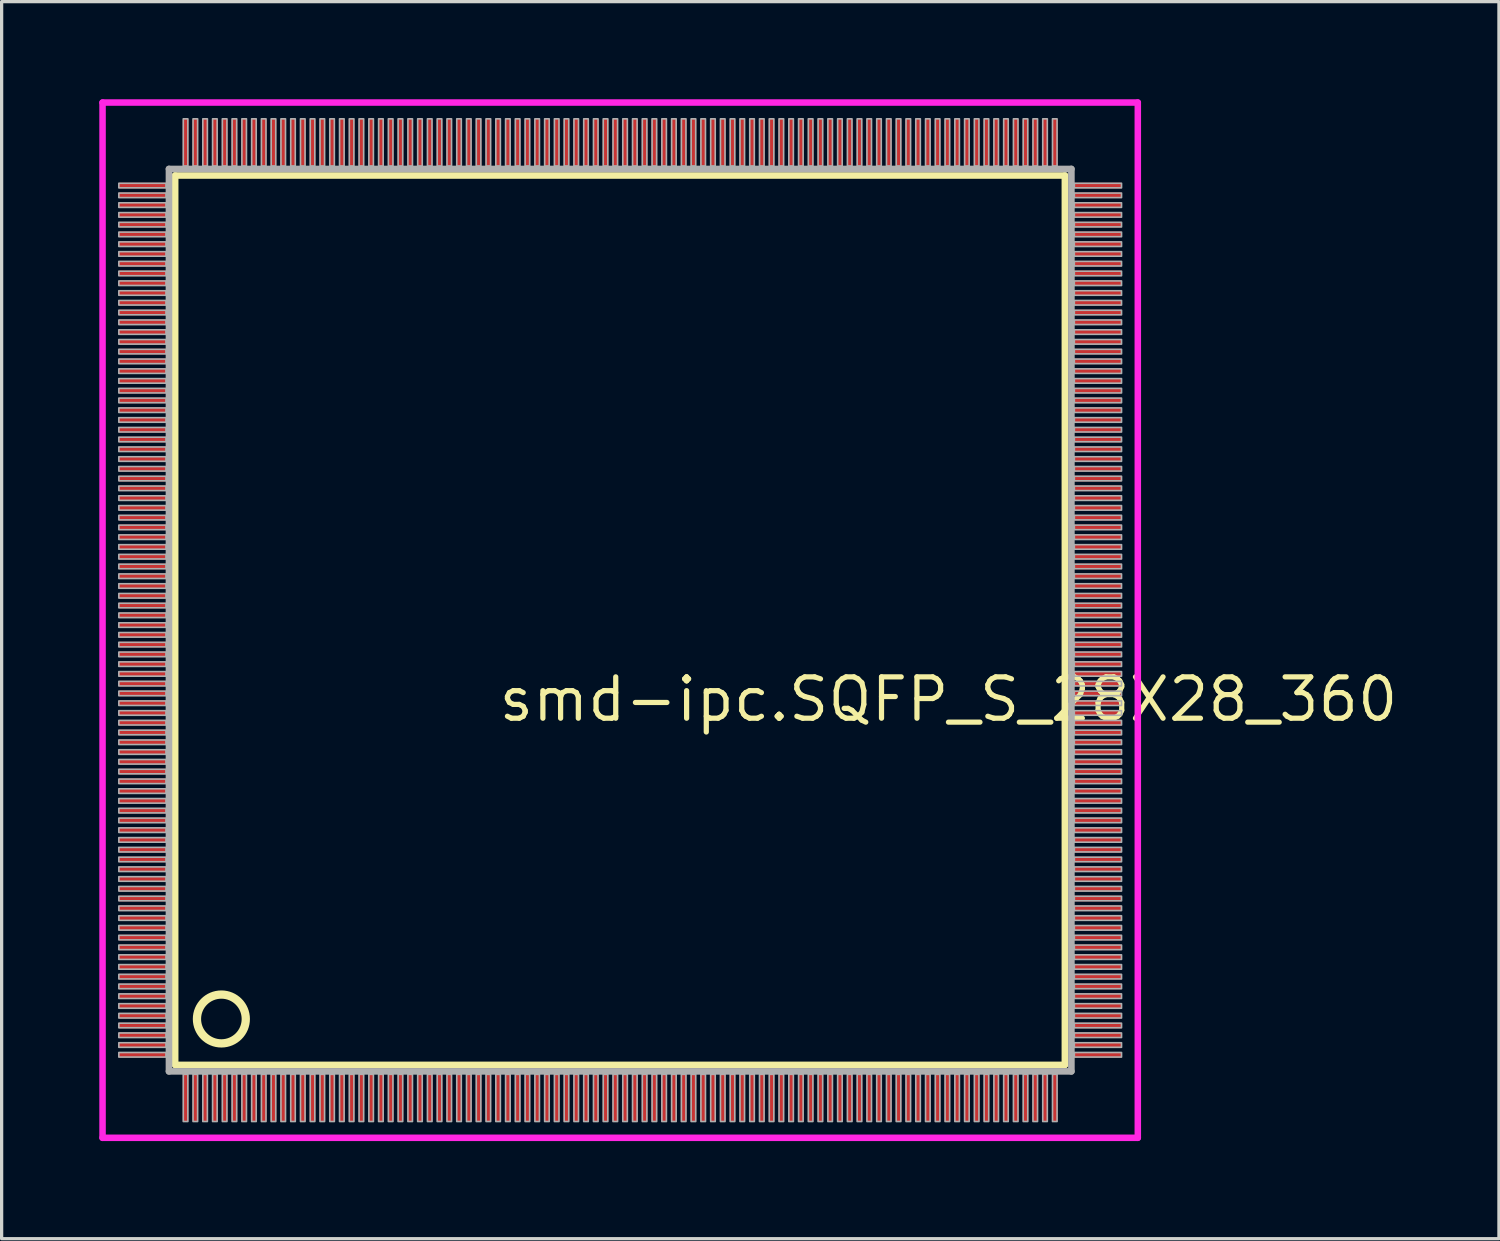
<source format=kicad_pcb>
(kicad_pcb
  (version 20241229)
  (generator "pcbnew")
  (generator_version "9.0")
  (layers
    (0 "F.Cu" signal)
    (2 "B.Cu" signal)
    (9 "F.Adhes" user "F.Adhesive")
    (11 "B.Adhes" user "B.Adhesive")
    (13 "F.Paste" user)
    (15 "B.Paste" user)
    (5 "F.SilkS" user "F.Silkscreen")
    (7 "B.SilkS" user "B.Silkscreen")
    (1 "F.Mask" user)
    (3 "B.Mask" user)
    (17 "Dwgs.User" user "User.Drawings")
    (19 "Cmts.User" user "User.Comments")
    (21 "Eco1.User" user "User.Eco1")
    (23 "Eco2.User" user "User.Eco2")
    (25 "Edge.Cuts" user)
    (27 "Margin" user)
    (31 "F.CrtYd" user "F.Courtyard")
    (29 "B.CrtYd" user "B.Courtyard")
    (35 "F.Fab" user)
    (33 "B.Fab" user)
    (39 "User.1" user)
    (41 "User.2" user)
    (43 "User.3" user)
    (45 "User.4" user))
  (footprint "smd-ipc.SQFP_S_28X28_360"
    (layer "F.Cu")
    (at 16 16)
    (property "Reference" "smd-ipc.SQFP_S_28X28_360" (at -3.81 3.175 0) (layer "F.SilkS") (effects (font (size 1.27 1.27) (thickness 0.16)) (justify left bottom)))
    (attr smd)
    (fp_line (start -13.67 -13.66) (end 13.66 -13.66) (stroke (width 0.203) (type default)) (layer "F.SilkS"))
    (fp_line (start -13.67 13.66) (end -13.67 -13.66) (stroke (width 0.203) (type default)) (layer "F.SilkS"))
    (fp_line (start 13.66 -13.66) (end 13.66 13.66) (stroke (width 0.203) (type default)) (layer "F.SilkS"))
    (fp_line (start 13.66 13.66) (end -13.67 13.66) (stroke (width 0.203) (type default)) (layer "F.SilkS"))
    (fp_circle (center -12.25 12.25) (end -11.5 12.25) (stroke (width 0.254) (type default)) (fill no) (layer "F.SilkS"))
    (fp_line (start -15.9 -15.9) (end 15.9 -15.9) (stroke (width 0.2) (type default)) (layer "F.CrtYd"))
    (fp_line (start -15.9 15.9) (end -15.9 -15.9) (stroke (width 0.2) (type default)) (layer "F.CrtYd"))
    (fp_line (start 15.9 -15.9) (end 15.9 15.9) (stroke (width 0.2) (type default)) (layer "F.CrtYd"))
    (fp_line (start 15.9 15.9) (end -15.9 15.9) (stroke (width 0.2) (type default)) (layer "F.CrtYd"))
    (fp_line (start -13.86 -13.86) (end -13.86 13.86) (stroke (width 0.203) (type default)) (layer "F.Fab"))
    (fp_line (start -13.86 13.86) (end 13.86 13.86) (stroke (width 0.203) (type default)) (layer "F.Fab"))
    (fp_line (start 13.86 -13.86) (end -13.86 -13.86) (stroke (width 0.203) (type default)) (layer "F.Fab"))
    (fp_line (start 13.86 13.86) (end 13.86 -13.86) (stroke (width 0.203) (type default)) (layer "F.Fab"))
    (fp_rect (start -15.4 -13.28) (end -13.95 -13.42) (stroke (width 0.05) (type default)) (fill no) (layer "F.Fab"))
    (fp_rect (start -15.4 -12.98) (end -13.95 -13.12) (stroke (width 0.05) (type default)) (fill no) (layer "F.Fab"))
    (fp_rect (start -15.4 -12.68) (end -13.95 -12.82) (stroke (width 0.05) (type default)) (fill no) (layer "F.Fab"))
    (fp_rect (start -15.4 -12.38) (end -13.95 -12.52) (stroke (width 0.05) (type default)) (fill no) (layer "F.Fab"))
    (fp_rect (start -15.4 -12.08) (end -13.95 -12.22) (stroke (width 0.05) (type default)) (fill no) (layer "F.Fab"))
    (fp_rect (start -15.4 -11.78) (end -13.95 -11.92) (stroke (width 0.05) (type default)) (fill no) (layer "F.Fab"))
    (fp_rect (start -15.4 -11.48) (end -13.95 -11.62) (stroke (width 0.05) (type default)) (fill no) (layer "F.Fab"))
    (fp_rect (start -15.4 -11.18) (end -13.95 -11.32) (stroke (width 0.05) (type default)) (fill no) (layer "F.Fab"))
    (fp_rect (start -15.4 -10.88) (end -13.95 -11.02) (stroke (width 0.05) (type default)) (fill no) (layer "F.Fab"))
    (fp_rect (start -15.4 -10.58) (end -13.95 -10.72) (stroke (width 0.05) (type default)) (fill no) (layer "F.Fab"))
    (fp_rect (start -15.4 -10.28) (end -13.95 -10.42) (stroke (width 0.05) (type default)) (fill no) (layer "F.Fab"))
    (fp_rect (start -15.4 -9.98) (end -13.95 -10.12) (stroke (width 0.05) (type default)) (fill no) (layer "F.Fab"))
    (fp_rect (start -15.4 -9.68) (end -13.95 -9.82) (stroke (width 0.05) (type default)) (fill no) (layer "F.Fab"))
    (fp_rect (start -15.4 -9.38) (end -13.95 -9.52) (stroke (width 0.05) (type default)) (fill no) (layer "F.Fab"))
    (fp_rect (start -15.4 -9.08) (end -13.95 -9.22) (stroke (width 0.05) (type default)) (fill no) (layer "F.Fab"))
    (fp_rect (start -15.4 -8.78) (end -13.95 -8.92) (stroke (width 0.05) (type default)) (fill no) (layer "F.Fab"))
    (fp_rect (start -15.4 -8.48) (end -13.95 -8.62) (stroke (width 0.05) (type default)) (fill no) (layer "F.Fab"))
    (fp_rect (start -15.4 -8.18) (end -13.95 -8.32) (stroke (width 0.05) (type default)) (fill no) (layer "F.Fab"))
    (fp_rect (start -15.4 -7.88) (end -13.95 -8.02) (stroke (width 0.05) (type default)) (fill no) (layer "F.Fab"))
    (fp_rect (start -15.4 -7.58) (end -13.95 -7.72) (stroke (width 0.05) (type default)) (fill no) (layer "F.Fab"))
    (fp_rect (start -15.4 -7.28) (end -13.95 -7.42) (stroke (width 0.05) (type default)) (fill no) (layer "F.Fab"))
    (fp_rect (start -15.4 -6.98) (end -13.95 -7.12) (stroke (width 0.05) (type default)) (fill no) (layer "F.Fab"))
    (fp_rect (start -15.4 -6.68) (end -13.95 -6.82) (stroke (width 0.05) (type default)) (fill no) (layer "F.Fab"))
    (fp_rect (start -15.4 -6.38) (end -13.95 -6.52) (stroke (width 0.05) (type default)) (fill no) (layer "F.Fab"))
    (fp_rect (start -15.4 -6.08) (end -13.95 -6.22) (stroke (width 0.05) (type default)) (fill no) (layer "F.Fab"))
    (fp_rect (start -15.4 -5.78) (end -13.95 -5.92) (stroke (width 0.05) (type default)) (fill no) (layer "F.Fab"))
    (fp_rect (start -15.4 -5.48) (end -13.95 -5.62) (stroke (width 0.05) (type default)) (fill no) (layer "F.Fab"))
    (fp_rect (start -15.4 -5.18) (end -13.95 -5.32) (stroke (width 0.05) (type default)) (fill no) (layer "F.Fab"))
    (fp_rect (start -15.4 -4.88) (end -13.95 -5.02) (stroke (width 0.05) (type default)) (fill no) (layer "F.Fab"))
    (fp_rect (start -15.4 -4.58) (end -13.95 -4.72) (stroke (width 0.05) (type default)) (fill no) (layer "F.Fab"))
    (fp_rect (start -15.4 -4.28) (end -13.95 -4.42) (stroke (width 0.05) (type default)) (fill no) (layer "F.Fab"))
    (fp_rect (start -15.4 -3.98) (end -13.95 -4.12) (stroke (width 0.05) (type default)) (fill no) (layer "F.Fab"))
    (fp_rect (start -15.4 -3.68) (end -13.95 -3.82) (stroke (width 0.05) (type default)) (fill no) (layer "F.Fab"))
    (fp_rect (start -15.4 -3.38) (end -13.95 -3.52) (stroke (width 0.05) (type default)) (fill no) (layer "F.Fab"))
    (fp_rect (start -15.4 -3.08) (end -13.95 -3.22) (stroke (width 0.05) (type default)) (fill no) (layer "F.Fab"))
    (fp_rect (start -15.4 -2.78) (end -13.95 -2.92) (stroke (width 0.05) (type default)) (fill no) (layer "F.Fab"))
    (fp_rect (start -15.4 -2.48) (end -13.95 -2.62) (stroke (width 0.05) (type default)) (fill no) (layer "F.Fab"))
    (fp_rect (start -15.4 -2.18) (end -13.95 -2.32) (stroke (width 0.05) (type default)) (fill no) (layer "F.Fab"))
    (fp_rect (start -15.4 -1.88) (end -13.95 -2.02) (stroke (width 0.05) (type default)) (fill no) (layer "F.Fab"))
    (fp_rect (start -15.4 -1.58) (end -13.95 -1.72) (stroke (width 0.05) (type default)) (fill no) (layer "F.Fab"))
    (fp_rect (start -15.4 -1.28) (end -13.95 -1.42) (stroke (width 0.05) (type default)) (fill no) (layer "F.Fab"))
    (fp_rect (start -15.4 -0.98) (end -13.95 -1.12) (stroke (width 0.05) (type default)) (fill no) (layer "F.Fab"))
    (fp_rect (start -15.4 -0.68) (end -13.95 -0.82) (stroke (width 0.05) (type default)) (fill no) (layer "F.Fab"))
    (fp_rect (start -15.4 -0.38) (end -13.95 -0.52) (stroke (width 0.05) (type default)) (fill no) (layer "F.Fab"))
    (fp_rect (start -15.4 -0.08) (end -13.95 -0.22) (stroke (width 0.05) (type default)) (fill no) (layer "F.Fab"))
    (fp_rect (start -15.4 0.22) (end -13.95 0.08) (stroke (width 0.05) (type default)) (fill no) (layer "F.Fab"))
    (fp_rect (start -15.4 0.52) (end -13.95 0.38) (stroke (width 0.05) (type default)) (fill no) (layer "F.Fab"))
    (fp_rect (start -15.4 0.82) (end -13.95 0.68) (stroke (width 0.05) (type default)) (fill no) (layer "F.Fab"))
    (fp_rect (start -15.4 1.12) (end -13.95 0.98) (stroke (width 0.05) (type default)) (fill no) (layer "F.Fab"))
    (fp_rect (start -15.4 1.42) (end -13.95 1.28) (stroke (width 0.05) (type default)) (fill no) (layer "F.Fab"))
    (fp_rect (start -15.4 1.72) (end -13.95 1.58) (stroke (width 0.05) (type default)) (fill no) (layer "F.Fab"))
    (fp_rect (start -15.4 2.02) (end -13.95 1.88) (stroke (width 0.05) (type default)) (fill no) (layer "F.Fab"))
    (fp_rect (start -15.4 2.32) (end -13.95 2.18) (stroke (width 0.05) (type default)) (fill no) (layer "F.Fab"))
    (fp_rect (start -15.4 2.62) (end -13.95 2.48) (stroke (width 0.05) (type default)) (fill no) (layer "F.Fab"))
    (fp_rect (start -15.4 2.92) (end -13.95 2.78) (stroke (width 0.05) (type default)) (fill no) (layer "F.Fab"))
    (fp_rect (start -15.4 3.22) (end -13.95 3.08) (stroke (width 0.05) (type default)) (fill no) (layer "F.Fab"))
    (fp_rect (start -15.4 3.52) (end -13.95 3.38) (stroke (width 0.05) (type default)) (fill no) (layer "F.Fab"))
    (fp_rect (start -15.4 3.82) (end -13.95 3.68) (stroke (width 0.05) (type default)) (fill no) (layer "F.Fab"))
    (fp_rect (start -15.4 4.12) (end -13.95 3.98) (stroke (width 0.05) (type default)) (fill no) (layer "F.Fab"))
    (fp_rect (start -15.4 4.42) (end -13.95 4.28) (stroke (width 0.05) (type default)) (fill no) (layer "F.Fab"))
    (fp_rect (start -15.4 4.72) (end -13.95 4.58) (stroke (width 0.05) (type default)) (fill no) (layer "F.Fab"))
    (fp_rect (start -15.4 5.02) (end -13.95 4.88) (stroke (width 0.05) (type default)) (fill no) (layer "F.Fab"))
    (fp_rect (start -15.4 5.32) (end -13.95 5.18) (stroke (width 0.05) (type default)) (fill no) (layer "F.Fab"))
    (fp_rect (start -15.4 5.62) (end -13.95 5.48) (stroke (width 0.05) (type default)) (fill no) (layer "F.Fab"))
    (fp_rect (start -15.4 5.92) (end -13.95 5.78) (stroke (width 0.05) (type default)) (fill no) (layer "F.Fab"))
    (fp_rect (start -15.4 6.22) (end -13.95 6.08) (stroke (width 0.05) (type default)) (fill no) (layer "F.Fab"))
    (fp_rect (start -15.4 6.52) (end -13.95 6.38) (stroke (width 0.05) (type default)) (fill no) (layer "F.Fab"))
    (fp_rect (start -15.4 6.82) (end -13.95 6.68) (stroke (width 0.05) (type default)) (fill no) (layer "F.Fab"))
    (fp_rect (start -15.4 7.12) (end -13.95 6.98) (stroke (width 0.05) (type default)) (fill no) (layer "F.Fab"))
    (fp_rect (start -15.4 7.42) (end -13.95 7.28) (stroke (width 0.05) (type default)) (fill no) (layer "F.Fab"))
    (fp_rect (start -15.4 7.72) (end -13.95 7.58) (stroke (width 0.05) (type default)) (fill no) (layer "F.Fab"))
    (fp_rect (start -15.4 8.02) (end -13.95 7.88) (stroke (width 0.05) (type default)) (fill no) (layer "F.Fab"))
    (fp_rect (start -15.4 8.32) (end -13.95 8.18) (stroke (width 0.05) (type default)) (fill no) (layer "F.Fab"))
    (fp_rect (start -15.4 8.62) (end -13.95 8.48) (stroke (width 0.05) (type default)) (fill no) (layer "F.Fab"))
    (fp_rect (start -15.4 8.92) (end -13.95 8.78) (stroke (width 0.05) (type default)) (fill no) (layer "F.Fab"))
    (fp_rect (start -15.4 9.22) (end -13.95 9.08) (stroke (width 0.05) (type default)) (fill no) (layer "F.Fab"))
    (fp_rect (start -15.4 9.52) (end -13.95 9.38) (stroke (width 0.05) (type default)) (fill no) (layer "F.Fab"))
    (fp_rect (start -15.4 9.82) (end -13.95 9.68) (stroke (width 0.05) (type default)) (fill no) (layer "F.Fab"))
    (fp_rect (start -15.4 10.12) (end -13.95 9.98) (stroke (width 0.05) (type default)) (fill no) (layer "F.Fab"))
    (fp_rect (start -15.4 10.42) (end -13.95 10.28) (stroke (width 0.05) (type default)) (fill no) (layer "F.Fab"))
    (fp_rect (start -15.4 10.72) (end -13.95 10.58) (stroke (width 0.05) (type default)) (fill no) (layer "F.Fab"))
    (fp_rect (start -15.4 11.02) (end -13.95 10.88) (stroke (width 0.05) (type default)) (fill no) (layer "F.Fab"))
    (fp_rect (start -15.4 11.32) (end -13.95 11.18) (stroke (width 0.05) (type default)) (fill no) (layer "F.Fab"))
    (fp_rect (start -15.4 11.62) (end -13.95 11.48) (stroke (width 0.05) (type default)) (fill no) (layer "F.Fab"))
    (fp_rect (start -15.4 11.92) (end -13.95 11.78) (stroke (width 0.05) (type default)) (fill no) (layer "F.Fab"))
    (fp_rect (start -15.4 12.22) (end -13.95 12.08) (stroke (width 0.05) (type default)) (fill no) (layer "F.Fab"))
    (fp_rect (start -15.4 12.52) (end -13.95 12.38) (stroke (width 0.05) (type default)) (fill no) (layer "F.Fab"))
    (fp_rect (start -15.4 12.82) (end -13.95 12.68) (stroke (width 0.05) (type default)) (fill no) (layer "F.Fab"))
    (fp_rect (start -15.4 13.12) (end -13.95 12.98) (stroke (width 0.05) (type default)) (fill no) (layer "F.Fab"))
    (fp_rect (start -15.4 13.42) (end -13.95 13.28) (stroke (width 0.05) (type default)) (fill no) (layer "F.Fab"))
    (fp_rect (start -13.42 -13.95) (end -13.28 -15.4) (stroke (width 0.05) (type default)) (fill no) (layer "F.Fab"))
    (fp_rect (start -13.42 15.4) (end -13.28 13.95) (stroke (width 0.05) (type default)) (fill no) (layer "F.Fab"))
    (fp_rect (start -13.12 -13.95) (end -12.98 -15.4) (stroke (width 0.05) (type default)) (fill no) (layer "F.Fab"))
    (fp_rect (start -13.12 15.4) (end -12.98 13.95) (stroke (width 0.05) (type default)) (fill no) (layer "F.Fab"))
    (fp_rect (start -12.82 -13.95) (end -12.68 -15.4) (stroke (width 0.05) (type default)) (fill no) (layer "F.Fab"))
    (fp_rect (start -12.82 15.4) (end -12.68 13.95) (stroke (width 0.05) (type default)) (fill no) (layer "F.Fab"))
    (fp_rect (start -12.52 -13.95) (end -12.38 -15.4) (stroke (width 0.05) (type default)) (fill no) (layer "F.Fab"))
    (fp_rect (start -12.52 15.4) (end -12.38 13.95) (stroke (width 0.05) (type default)) (fill no) (layer "F.Fab"))
    (fp_rect (start -12.22 -13.95) (end -12.08 -15.4) (stroke (width 0.05) (type default)) (fill no) (layer "F.Fab"))
    (fp_rect (start -12.22 15.4) (end -12.08 13.95) (stroke (width 0.05) (type default)) (fill no) (layer "F.Fab"))
    (fp_rect (start -11.92 -13.95) (end -11.78 -15.4) (stroke (width 0.05) (type default)) (fill no) (layer "F.Fab"))
    (fp_rect (start -11.92 15.4) (end -11.78 13.95) (stroke (width 0.05) (type default)) (fill no) (layer "F.Fab"))
    (fp_rect (start -11.62 -13.95) (end -11.48 -15.4) (stroke (width 0.05) (type default)) (fill no) (layer "F.Fab"))
    (fp_rect (start -11.62 15.4) (end -11.48 13.95) (stroke (width 0.05) (type default)) (fill no) (layer "F.Fab"))
    (fp_rect (start -11.32 -13.95) (end -11.18 -15.4) (stroke (width 0.05) (type default)) (fill no) (layer "F.Fab"))
    (fp_rect (start -11.32 15.4) (end -11.18 13.95) (stroke (width 0.05) (type default)) (fill no) (layer "F.Fab"))
    (fp_rect (start -11.02 -13.95) (end -10.88 -15.4) (stroke (width 0.05) (type default)) (fill no) (layer "F.Fab"))
    (fp_rect (start -11.02 15.4) (end -10.88 13.95) (stroke (width 0.05) (type default)) (fill no) (layer "F.Fab"))
    (fp_rect (start -10.72 -13.95) (end -10.58 -15.4) (stroke (width 0.05) (type default)) (fill no) (layer "F.Fab"))
    (fp_rect (start -10.72 15.4) (end -10.58 13.95) (stroke (width 0.05) (type default)) (fill no) (layer "F.Fab"))
    (fp_rect (start -10.42 -13.95) (end -10.28 -15.4) (stroke (width 0.05) (type default)) (fill no) (layer "F.Fab"))
    (fp_rect (start -10.42 15.4) (end -10.28 13.95) (stroke (width 0.05) (type default)) (fill no) (layer "F.Fab"))
    (fp_rect (start -10.12 -13.95) (end -9.98 -15.4) (stroke (width 0.05) (type default)) (fill no) (layer "F.Fab"))
    (fp_rect (start -10.12 15.4) (end -9.98 13.95) (stroke (width 0.05) (type default)) (fill no) (layer "F.Fab"))
    (fp_rect (start -9.82 -13.95) (end -9.68 -15.4) (stroke (width 0.05) (type default)) (fill no) (layer "F.Fab"))
    (fp_rect (start -9.82 15.4) (end -9.68 13.95) (stroke (width 0.05) (type default)) (fill no) (layer "F.Fab"))
    (fp_rect (start -9.52 -13.95) (end -9.38 -15.4) (stroke (width 0.05) (type default)) (fill no) (layer "F.Fab"))
    (fp_rect (start -9.52 15.4) (end -9.38 13.95) (stroke (width 0.05) (type default)) (fill no) (layer "F.Fab"))
    (fp_rect (start -9.22 -13.95) (end -9.08 -15.4) (stroke (width 0.05) (type default)) (fill no) (layer "F.Fab"))
    (fp_rect (start -9.22 15.4) (end -9.08 13.95) (stroke (width 0.05) (type default)) (fill no) (layer "F.Fab"))
    (fp_rect (start -8.92 -13.95) (end -8.78 -15.4) (stroke (width 0.05) (type default)) (fill no) (layer "F.Fab"))
    (fp_rect (start -8.92 15.4) (end -8.78 13.95) (stroke (width 0.05) (type default)) (fill no) (layer "F.Fab"))
    (fp_rect (start -8.62 -13.95) (end -8.48 -15.4) (stroke (width 0.05) (type default)) (fill no) (layer "F.Fab"))
    (fp_rect (start -8.62 15.4) (end -8.48 13.95) (stroke (width 0.05) (type default)) (fill no) (layer "F.Fab"))
    (fp_rect (start -8.32 -13.95) (end -8.18 -15.4) (stroke (width 0.05) (type default)) (fill no) (layer "F.Fab"))
    (fp_rect (start -8.32 15.4) (end -8.18 13.95) (stroke (width 0.05) (type default)) (fill no) (layer "F.Fab"))
    (fp_rect (start -8.02 -13.95) (end -7.88 -15.4) (stroke (width 0.05) (type default)) (fill no) (layer "F.Fab"))
    (fp_rect (start -8.02 15.4) (end -7.88 13.95) (stroke (width 0.05) (type default)) (fill no) (layer "F.Fab"))
    (fp_rect (start -7.72 -13.95) (end -7.58 -15.4) (stroke (width 0.05) (type default)) (fill no) (layer "F.Fab"))
    (fp_rect (start -7.72 15.4) (end -7.58 13.95) (stroke (width 0.05) (type default)) (fill no) (layer "F.Fab"))
    (fp_rect (start -7.42 -13.95) (end -7.28 -15.4) (stroke (width 0.05) (type default)) (fill no) (layer "F.Fab"))
    (fp_rect (start -7.42 15.4) (end -7.28 13.95) (stroke (width 0.05) (type default)) (fill no) (layer "F.Fab"))
    (fp_rect (start -7.12 -13.95) (end -6.98 -15.4) (stroke (width 0.05) (type default)) (fill no) (layer "F.Fab"))
    (fp_rect (start -7.12 15.4) (end -6.98 13.95) (stroke (width 0.05) (type default)) (fill no) (layer "F.Fab"))
    (fp_rect (start -6.82 -13.95) (end -6.68 -15.4) (stroke (width 0.05) (type default)) (fill no) (layer "F.Fab"))
    (fp_rect (start -6.82 15.4) (end -6.68 13.95) (stroke (width 0.05) (type default)) (fill no) (layer "F.Fab"))
    (fp_rect (start -6.52 -13.95) (end -6.38 -15.4) (stroke (width 0.05) (type default)) (fill no) (layer "F.Fab"))
    (fp_rect (start -6.52 15.4) (end -6.38 13.95) (stroke (width 0.05) (type default)) (fill no) (layer "F.Fab"))
    (fp_rect (start -6.22 -13.95) (end -6.08 -15.4) (stroke (width 0.05) (type default)) (fill no) (layer "F.Fab"))
    (fp_rect (start -6.22 15.4) (end -6.08 13.95) (stroke (width 0.05) (type default)) (fill no) (layer "F.Fab"))
    (fp_rect (start -5.92 -13.95) (end -5.78 -15.4) (stroke (width 0.05) (type default)) (fill no) (layer "F.Fab"))
    (fp_rect (start -5.92 15.4) (end -5.78 13.95) (stroke (width 0.05) (type default)) (fill no) (layer "F.Fab"))
    (fp_rect (start -5.62 -13.95) (end -5.48 -15.4) (stroke (width 0.05) (type default)) (fill no) (layer "F.Fab"))
    (fp_rect (start -5.62 15.4) (end -5.48 13.95) (stroke (width 0.05) (type default)) (fill no) (layer "F.Fab"))
    (fp_rect (start -5.32 -13.95) (end -5.18 -15.4) (stroke (width 0.05) (type default)) (fill no) (layer "F.Fab"))
    (fp_rect (start -5.32 15.4) (end -5.18 13.95) (stroke (width 0.05) (type default)) (fill no) (layer "F.Fab"))
    (fp_rect (start -5.02 -13.95) (end -4.88 -15.4) (stroke (width 0.05) (type default)) (fill no) (layer "F.Fab"))
    (fp_rect (start -5.02 15.4) (end -4.88 13.95) (stroke (width 0.05) (type default)) (fill no) (layer "F.Fab"))
    (fp_rect (start -4.72 -13.95) (end -4.58 -15.4) (stroke (width 0.05) (type default)) (fill no) (layer "F.Fab"))
    (fp_rect (start -4.72 15.4) (end -4.58 13.95) (stroke (width 0.05) (type default)) (fill no) (layer "F.Fab"))
    (fp_rect (start -4.42 -13.95) (end -4.28 -15.4) (stroke (width 0.05) (type default)) (fill no) (layer "F.Fab"))
    (fp_rect (start -4.42 15.4) (end -4.28 13.95) (stroke (width 0.05) (type default)) (fill no) (layer "F.Fab"))
    (fp_rect (start -4.12 -13.95) (end -3.98 -15.4) (stroke (width 0.05) (type default)) (fill no) (layer "F.Fab"))
    (fp_rect (start -4.12 15.4) (end -3.98 13.95) (stroke (width 0.05) (type default)) (fill no) (layer "F.Fab"))
    (fp_rect (start -3.82 -13.95) (end -3.68 -15.4) (stroke (width 0.05) (type default)) (fill no) (layer "F.Fab"))
    (fp_rect (start -3.82 15.4) (end -3.68 13.95) (stroke (width 0.05) (type default)) (fill no) (layer "F.Fab"))
    (fp_rect (start -3.52 -13.95) (end -3.38 -15.4) (stroke (width 0.05) (type default)) (fill no) (layer "F.Fab"))
    (fp_rect (start -3.52 15.4) (end -3.38 13.95) (stroke (width 0.05) (type default)) (fill no) (layer "F.Fab"))
    (fp_rect (start -3.22 -13.95) (end -3.08 -15.4) (stroke (width 0.05) (type default)) (fill no) (layer "F.Fab"))
    (fp_rect (start -3.22 15.4) (end -3.08 13.95) (stroke (width 0.05) (type default)) (fill no) (layer "F.Fab"))
    (fp_rect (start -2.92 -13.95) (end -2.78 -15.4) (stroke (width 0.05) (type default)) (fill no) (layer "F.Fab"))
    (fp_rect (start -2.92 15.4) (end -2.78 13.95) (stroke (width 0.05) (type default)) (fill no) (layer "F.Fab"))
    (fp_rect (start -2.62 -13.95) (end -2.48 -15.4) (stroke (width 0.05) (type default)) (fill no) (layer "F.Fab"))
    (fp_rect (start -2.62 15.4) (end -2.48 13.95) (stroke (width 0.05) (type default)) (fill no) (layer "F.Fab"))
    (fp_rect (start -2.32 -13.95) (end -2.18 -15.4) (stroke (width 0.05) (type default)) (fill no) (layer "F.Fab"))
    (fp_rect (start -2.32 15.4) (end -2.18 13.95) (stroke (width 0.05) (type default)) (fill no) (layer "F.Fab"))
    (fp_rect (start -2.02 -13.95) (end -1.88 -15.4) (stroke (width 0.05) (type default)) (fill no) (layer "F.Fab"))
    (fp_rect (start -2.02 15.4) (end -1.88 13.95) (stroke (width 0.05) (type default)) (fill no) (layer "F.Fab"))
    (fp_rect (start -1.72 -13.95) (end -1.58 -15.4) (stroke (width 0.05) (type default)) (fill no) (layer "F.Fab"))
    (fp_rect (start -1.72 15.4) (end -1.58 13.95) (stroke (width 0.05) (type default)) (fill no) (layer "F.Fab"))
    (fp_rect (start -1.42 -13.95) (end -1.28 -15.4) (stroke (width 0.05) (type default)) (fill no) (layer "F.Fab"))
    (fp_rect (start -1.42 15.4) (end -1.28 13.95) (stroke (width 0.05) (type default)) (fill no) (layer "F.Fab"))
    (fp_rect (start -1.12 -13.95) (end -0.98 -15.4) (stroke (width 0.05) (type default)) (fill no) (layer "F.Fab"))
    (fp_rect (start -1.12 15.4) (end -0.98 13.95) (stroke (width 0.05) (type default)) (fill no) (layer "F.Fab"))
    (fp_rect (start -0.82 -13.95) (end -0.68 -15.4) (stroke (width 0.05) (type default)) (fill no) (layer "F.Fab"))
    (fp_rect (start -0.82 15.4) (end -0.68 13.95) (stroke (width 0.05) (type default)) (fill no) (layer "F.Fab"))
    (fp_rect (start -0.52 -13.95) (end -0.38 -15.4) (stroke (width 0.05) (type default)) (fill no) (layer "F.Fab"))
    (fp_rect (start -0.52 15.4) (end -0.38 13.95) (stroke (width 0.05) (type default)) (fill no) (layer "F.Fab"))
    (fp_rect (start -0.22 -13.95) (end -0.08 -15.4) (stroke (width 0.05) (type default)) (fill no) (layer "F.Fab"))
    (fp_rect (start -0.22 15.4) (end -0.08 13.95) (stroke (width 0.05) (type default)) (fill no) (layer "F.Fab"))
    (fp_rect (start 0.08 -13.95) (end 0.22 -15.4) (stroke (width 0.05) (type default)) (fill no) (layer "F.Fab"))
    (fp_rect (start 0.08 15.4) (end 0.22 13.95) (stroke (width 0.05) (type default)) (fill no) (layer "F.Fab"))
    (fp_rect (start 0.38 -13.95) (end 0.52 -15.4) (stroke (width 0.05) (type default)) (fill no) (layer "F.Fab"))
    (fp_rect (start 0.38 15.4) (end 0.52 13.95) (stroke (width 0.05) (type default)) (fill no) (layer "F.Fab"))
    (fp_rect (start 0.68 -13.95) (end 0.82 -15.4) (stroke (width 0.05) (type default)) (fill no) (layer "F.Fab"))
    (fp_rect (start 0.68 15.4) (end 0.82 13.95) (stroke (width 0.05) (type default)) (fill no) (layer "F.Fab"))
    (fp_rect (start 0.98 -13.95) (end 1.12 -15.4) (stroke (width 0.05) (type default)) (fill no) (layer "F.Fab"))
    (fp_rect (start 0.98 15.4) (end 1.12 13.95) (stroke (width 0.05) (type default)) (fill no) (layer "F.Fab"))
    (fp_rect (start 1.28 -13.95) (end 1.42 -15.4) (stroke (width 0.05) (type default)) (fill no) (layer "F.Fab"))
    (fp_rect (start 1.28 15.4) (end 1.42 13.95) (stroke (width 0.05) (type default)) (fill no) (layer "F.Fab"))
    (fp_rect (start 1.58 -13.95) (end 1.72 -15.4) (stroke (width 0.05) (type default)) (fill no) (layer "F.Fab"))
    (fp_rect (start 1.58 15.4) (end 1.72 13.95) (stroke (width 0.05) (type default)) (fill no) (layer "F.Fab"))
    (fp_rect (start 1.88 -13.95) (end 2.02 -15.4) (stroke (width 0.05) (type default)) (fill no) (layer "F.Fab"))
    (fp_rect (start 1.88 15.4) (end 2.02 13.95) (stroke (width 0.05) (type default)) (fill no) (layer "F.Fab"))
    (fp_rect (start 2.18 -13.95) (end 2.32 -15.4) (stroke (width 0.05) (type default)) (fill no) (layer "F.Fab"))
    (fp_rect (start 2.18 15.4) (end 2.32 13.95) (stroke (width 0.05) (type default)) (fill no) (layer "F.Fab"))
    (fp_rect (start 2.48 -13.95) (end 2.62 -15.4) (stroke (width 0.05) (type default)) (fill no) (layer "F.Fab"))
    (fp_rect (start 2.48 15.4) (end 2.62 13.95) (stroke (width 0.05) (type default)) (fill no) (layer "F.Fab"))
    (fp_rect (start 2.78 -13.95) (end 2.92 -15.4) (stroke (width 0.05) (type default)) (fill no) (layer "F.Fab"))
    (fp_rect (start 2.78 15.4) (end 2.92 13.95) (stroke (width 0.05) (type default)) (fill no) (layer "F.Fab"))
    (fp_rect (start 3.08 -13.95) (end 3.22 -15.4) (stroke (width 0.05) (type default)) (fill no) (layer "F.Fab"))
    (fp_rect (start 3.08 15.4) (end 3.22 13.95) (stroke (width 0.05) (type default)) (fill no) (layer "F.Fab"))
    (fp_rect (start 3.38 -13.95) (end 3.52 -15.4) (stroke (width 0.05) (type default)) (fill no) (layer "F.Fab"))
    (fp_rect (start 3.38 15.4) (end 3.52 13.95) (stroke (width 0.05) (type default)) (fill no) (layer "F.Fab"))
    (fp_rect (start 3.68 -13.95) (end 3.82 -15.4) (stroke (width 0.05) (type default)) (fill no) (layer "F.Fab"))
    (fp_rect (start 3.68 15.4) (end 3.82 13.95) (stroke (width 0.05) (type default)) (fill no) (layer "F.Fab"))
    (fp_rect (start 3.98 -13.95) (end 4.12 -15.4) (stroke (width 0.05) (type default)) (fill no) (layer "F.Fab"))
    (fp_rect (start 3.98 15.4) (end 4.12 13.95) (stroke (width 0.05) (type default)) (fill no) (layer "F.Fab"))
    (fp_rect (start 4.28 -13.95) (end 4.42 -15.4) (stroke (width 0.05) (type default)) (fill no) (layer "F.Fab"))
    (fp_rect (start 4.28 15.4) (end 4.42 13.95) (stroke (width 0.05) (type default)) (fill no) (layer "F.Fab"))
    (fp_rect (start 4.58 -13.95) (end 4.72 -15.4) (stroke (width 0.05) (type default)) (fill no) (layer "F.Fab"))
    (fp_rect (start 4.58 15.4) (end 4.72 13.95) (stroke (width 0.05) (type default)) (fill no) (layer "F.Fab"))
    (fp_rect (start 4.88 -13.95) (end 5.02 -15.4) (stroke (width 0.05) (type default)) (fill no) (layer "F.Fab"))
    (fp_rect (start 4.88 15.4) (end 5.02 13.95) (stroke (width 0.05) (type default)) (fill no) (layer "F.Fab"))
    (fp_rect (start 5.18 -13.95) (end 5.32 -15.4) (stroke (width 0.05) (type default)) (fill no) (layer "F.Fab"))
    (fp_rect (start 5.18 15.4) (end 5.32 13.95) (stroke (width 0.05) (type default)) (fill no) (layer "F.Fab"))
    (fp_rect (start 5.48 -13.95) (end 5.62 -15.4) (stroke (width 0.05) (type default)) (fill no) (layer "F.Fab"))
    (fp_rect (start 5.48 15.4) (end 5.62 13.95) (stroke (width 0.05) (type default)) (fill no) (layer "F.Fab"))
    (fp_rect (start 5.78 -13.95) (end 5.92 -15.4) (stroke (width 0.05) (type default)) (fill no) (layer "F.Fab"))
    (fp_rect (start 5.78 15.4) (end 5.92 13.95) (stroke (width 0.05) (type default)) (fill no) (layer "F.Fab"))
    (fp_rect (start 6.08 -13.95) (end 6.22 -15.4) (stroke (width 0.05) (type default)) (fill no) (layer "F.Fab"))
    (fp_rect (start 6.08 15.4) (end 6.22 13.95) (stroke (width 0.05) (type default)) (fill no) (layer "F.Fab"))
    (fp_rect (start 6.38 -13.95) (end 6.52 -15.4) (stroke (width 0.05) (type default)) (fill no) (layer "F.Fab"))
    (fp_rect (start 6.38 15.4) (end 6.52 13.95) (stroke (width 0.05) (type default)) (fill no) (layer "F.Fab"))
    (fp_rect (start 6.68 -13.95) (end 6.82 -15.4) (stroke (width 0.05) (type default)) (fill no) (layer "F.Fab"))
    (fp_rect (start 6.68 15.4) (end 6.82 13.95) (stroke (width 0.05) (type default)) (fill no) (layer "F.Fab"))
    (fp_rect (start 6.98 -13.95) (end 7.12 -15.4) (stroke (width 0.05) (type default)) (fill no) (layer "F.Fab"))
    (fp_rect (start 6.98 15.4) (end 7.12 13.95) (stroke (width 0.05) (type default)) (fill no) (layer "F.Fab"))
    (fp_rect (start 7.28 -13.95) (end 7.42 -15.4) (stroke (width 0.05) (type default)) (fill no) (layer "F.Fab"))
    (fp_rect (start 7.28 15.4) (end 7.42 13.95) (stroke (width 0.05) (type default)) (fill no) (layer "F.Fab"))
    (fp_rect (start 7.58 -13.95) (end 7.72 -15.4) (stroke (width 0.05) (type default)) (fill no) (layer "F.Fab"))
    (fp_rect (start 7.58 15.4) (end 7.72 13.95) (stroke (width 0.05) (type default)) (fill no) (layer "F.Fab"))
    (fp_rect (start 7.88 -13.95) (end 8.02 -15.4) (stroke (width 0.05) (type default)) (fill no) (layer "F.Fab"))
    (fp_rect (start 7.88 15.4) (end 8.02 13.95) (stroke (width 0.05) (type default)) (fill no) (layer "F.Fab"))
    (fp_rect (start 8.18 -13.95) (end 8.32 -15.4) (stroke (width 0.05) (type default)) (fill no) (layer "F.Fab"))
    (fp_rect (start 8.18 15.4) (end 8.32 13.95) (stroke (width 0.05) (type default)) (fill no) (layer "F.Fab"))
    (fp_rect (start 8.48 -13.95) (end 8.62 -15.4) (stroke (width 0.05) (type default)) (fill no) (layer "F.Fab"))
    (fp_rect (start 8.48 15.4) (end 8.62 13.95) (stroke (width 0.05) (type default)) (fill no) (layer "F.Fab"))
    (fp_rect (start 8.78 -13.95) (end 8.92 -15.4) (stroke (width 0.05) (type default)) (fill no) (layer "F.Fab"))
    (fp_rect (start 8.78 15.4) (end 8.92 13.95) (stroke (width 0.05) (type default)) (fill no) (layer "F.Fab"))
    (fp_rect (start 9.08 -13.95) (end 9.22 -15.4) (stroke (width 0.05) (type default)) (fill no) (layer "F.Fab"))
    (fp_rect (start 9.08 15.4) (end 9.22 13.95) (stroke (width 0.05) (type default)) (fill no) (layer "F.Fab"))
    (fp_rect (start 9.38 -13.95) (end 9.52 -15.4) (stroke (width 0.05) (type default)) (fill no) (layer "F.Fab"))
    (fp_rect (start 9.38 15.4) (end 9.52 13.95) (stroke (width 0.05) (type default)) (fill no) (layer "F.Fab"))
    (fp_rect (start 9.68 -13.95) (end 9.82 -15.4) (stroke (width 0.05) (type default)) (fill no) (layer "F.Fab"))
    (fp_rect (start 9.68 15.4) (end 9.82 13.95) (stroke (width 0.05) (type default)) (fill no) (layer "F.Fab"))
    (fp_rect (start 9.98 -13.95) (end 10.12 -15.4) (stroke (width 0.05) (type default)) (fill no) (layer "F.Fab"))
    (fp_rect (start 9.98 15.4) (end 10.12 13.95) (stroke (width 0.05) (type default)) (fill no) (layer "F.Fab"))
    (fp_rect (start 10.28 -13.95) (end 10.42 -15.4) (stroke (width 0.05) (type default)) (fill no) (layer "F.Fab"))
    (fp_rect (start 10.28 15.4) (end 10.42 13.95) (stroke (width 0.05) (type default)) (fill no) (layer "F.Fab"))
    (fp_rect (start 10.58 -13.95) (end 10.72 -15.4) (stroke (width 0.05) (type default)) (fill no) (layer "F.Fab"))
    (fp_rect (start 10.58 15.4) (end 10.72 13.95) (stroke (width 0.05) (type default)) (fill no) (layer "F.Fab"))
    (fp_rect (start 10.88 -13.95) (end 11.02 -15.4) (stroke (width 0.05) (type default)) (fill no) (layer "F.Fab"))
    (fp_rect (start 10.88 15.4) (end 11.02 13.95) (stroke (width 0.05) (type default)) (fill no) (layer "F.Fab"))
    (fp_rect (start 11.18 -13.95) (end 11.32 -15.4) (stroke (width 0.05) (type default)) (fill no) (layer "F.Fab"))
    (fp_rect (start 11.18 15.4) (end 11.32 13.95) (stroke (width 0.05) (type default)) (fill no) (layer "F.Fab"))
    (fp_rect (start 11.48 -13.95) (end 11.62 -15.4) (stroke (width 0.05) (type default)) (fill no) (layer "F.Fab"))
    (fp_rect (start 11.48 15.4) (end 11.62 13.95) (stroke (width 0.05) (type default)) (fill no) (layer "F.Fab"))
    (fp_rect (start 11.78 -13.95) (end 11.92 -15.4) (stroke (width 0.05) (type default)) (fill no) (layer "F.Fab"))
    (fp_rect (start 11.78 15.4) (end 11.92 13.95) (stroke (width 0.05) (type default)) (fill no) (layer "F.Fab"))
    (fp_rect (start 12.08 -13.95) (end 12.22 -15.4) (stroke (width 0.05) (type default)) (fill no) (layer "F.Fab"))
    (fp_rect (start 12.08 15.4) (end 12.22 13.95) (stroke (width 0.05) (type default)) (fill no) (layer "F.Fab"))
    (fp_rect (start 12.38 -13.95) (end 12.52 -15.4) (stroke (width 0.05) (type default)) (fill no) (layer "F.Fab"))
    (fp_rect (start 12.38 15.4) (end 12.52 13.95) (stroke (width 0.05) (type default)) (fill no) (layer "F.Fab"))
    (fp_rect (start 12.68 -13.95) (end 12.82 -15.4) (stroke (width 0.05) (type default)) (fill no) (layer "F.Fab"))
    (fp_rect (start 12.68 15.4) (end 12.82 13.95) (stroke (width 0.05) (type default)) (fill no) (layer "F.Fab"))
    (fp_rect (start 12.98 -13.95) (end 13.12 -15.4) (stroke (width 0.05) (type default)) (fill no) (layer "F.Fab"))
    (fp_rect (start 12.98 15.4) (end 13.12 13.95) (stroke (width 0.05) (type default)) (fill no) (layer "F.Fab"))
    (fp_rect (start 13.28 -13.95) (end 13.42 -15.4) (stroke (width 0.05) (type default)) (fill no) (layer "F.Fab"))
    (fp_rect (start 13.28 15.4) (end 13.42 13.95) (stroke (width 0.05) (type default)) (fill no) (layer "F.Fab"))
    (fp_rect (start 13.95 -13.28) (end 15.4 -13.42) (stroke (width 0.05) (type default)) (fill no) (layer "F.Fab"))
    (fp_rect (start 13.95 -12.98) (end 15.4 -13.12) (stroke (width 0.05) (type default)) (fill no) (layer "F.Fab"))
    (fp_rect (start 13.95 -12.68) (end 15.4 -12.82) (stroke (width 0.05) (type default)) (fill no) (layer "F.Fab"))
    (fp_rect (start 13.95 -12.38) (end 15.4 -12.52) (stroke (width 0.05) (type default)) (fill no) (layer "F.Fab"))
    (fp_rect (start 13.95 -12.08) (end 15.4 -12.22) (stroke (width 0.05) (type default)) (fill no) (layer "F.Fab"))
    (fp_rect (start 13.95 -11.78) (end 15.4 -11.92) (stroke (width 0.05) (type default)) (fill no) (layer "F.Fab"))
    (fp_rect (start 13.95 -11.48) (end 15.4 -11.62) (stroke (width 0.05) (type default)) (fill no) (layer "F.Fab"))
    (fp_rect (start 13.95 -11.18) (end 15.4 -11.32) (stroke (width 0.05) (type default)) (fill no) (layer "F.Fab"))
    (fp_rect (start 13.95 -10.88) (end 15.4 -11.02) (stroke (width 0.05) (type default)) (fill no) (layer "F.Fab"))
    (fp_rect (start 13.95 -10.58) (end 15.4 -10.72) (stroke (width 0.05) (type default)) (fill no) (layer "F.Fab"))
    (fp_rect (start 13.95 -10.28) (end 15.4 -10.42) (stroke (width 0.05) (type default)) (fill no) (layer "F.Fab"))
    (fp_rect (start 13.95 -9.98) (end 15.4 -10.12) (stroke (width 0.05) (type default)) (fill no) (layer "F.Fab"))
    (fp_rect (start 13.95 -9.68) (end 15.4 -9.82) (stroke (width 0.05) (type default)) (fill no) (layer "F.Fab"))
    (fp_rect (start 13.95 -9.38) (end 15.4 -9.52) (stroke (width 0.05) (type default)) (fill no) (layer "F.Fab"))
    (fp_rect (start 13.95 -9.08) (end 15.4 -9.22) (stroke (width 0.05) (type default)) (fill no) (layer "F.Fab"))
    (fp_rect (start 13.95 -8.78) (end 15.4 -8.92) (stroke (width 0.05) (type default)) (fill no) (layer "F.Fab"))
    (fp_rect (start 13.95 -8.48) (end 15.4 -8.62) (stroke (width 0.05) (type default)) (fill no) (layer "F.Fab"))
    (fp_rect (start 13.95 -8.18) (end 15.4 -8.32) (stroke (width 0.05) (type default)) (fill no) (layer "F.Fab"))
    (fp_rect (start 13.95 -7.88) (end 15.4 -8.02) (stroke (width 0.05) (type default)) (fill no) (layer "F.Fab"))
    (fp_rect (start 13.95 -7.58) (end 15.4 -7.72) (stroke (width 0.05) (type default)) (fill no) (layer "F.Fab"))
    (fp_rect (start 13.95 -7.28) (end 15.4 -7.42) (stroke (width 0.05) (type default)) (fill no) (layer "F.Fab"))
    (fp_rect (start 13.95 -6.98) (end 15.4 -7.12) (stroke (width 0.05) (type default)) (fill no) (layer "F.Fab"))
    (fp_rect (start 13.95 -6.68) (end 15.4 -6.82) (stroke (width 0.05) (type default)) (fill no) (layer "F.Fab"))
    (fp_rect (start 13.95 -6.38) (end 15.4 -6.52) (stroke (width 0.05) (type default)) (fill no) (layer "F.Fab"))
    (fp_rect (start 13.95 -6.08) (end 15.4 -6.22) (stroke (width 0.05) (type default)) (fill no) (layer "F.Fab"))
    (fp_rect (start 13.95 -5.78) (end 15.4 -5.92) (stroke (width 0.05) (type default)) (fill no) (layer "F.Fab"))
    (fp_rect (start 13.95 -5.48) (end 15.4 -5.62) (stroke (width 0.05) (type default)) (fill no) (layer "F.Fab"))
    (fp_rect (start 13.95 -5.18) (end 15.4 -5.32) (stroke (width 0.05) (type default)) (fill no) (layer "F.Fab"))
    (fp_rect (start 13.95 -4.88) (end 15.4 -5.02) (stroke (width 0.05) (type default)) (fill no) (layer "F.Fab"))
    (fp_rect (start 13.95 -4.58) (end 15.4 -4.72) (stroke (width 0.05) (type default)) (fill no) (layer "F.Fab"))
    (fp_rect (start 13.95 -4.28) (end 15.4 -4.42) (stroke (width 0.05) (type default)) (fill no) (layer "F.Fab"))
    (fp_rect (start 13.95 -3.98) (end 15.4 -4.12) (stroke (width 0.05) (type default)) (fill no) (layer "F.Fab"))
    (fp_rect (start 13.95 -3.68) (end 15.4 -3.82) (stroke (width 0.05) (type default)) (fill no) (layer "F.Fab"))
    (fp_rect (start 13.95 -3.38) (end 15.4 -3.52) (stroke (width 0.05) (type default)) (fill no) (layer "F.Fab"))
    (fp_rect (start 13.95 -3.08) (end 15.4 -3.22) (stroke (width 0.05) (type default)) (fill no) (layer "F.Fab"))
    (fp_rect (start 13.95 -2.78) (end 15.4 -2.92) (stroke (width 0.05) (type default)) (fill no) (layer "F.Fab"))
    (fp_rect (start 13.95 -2.48) (end 15.4 -2.62) (stroke (width 0.05) (type default)) (fill no) (layer "F.Fab"))
    (fp_rect (start 13.95 -2.18) (end 15.4 -2.32) (stroke (width 0.05) (type default)) (fill no) (layer "F.Fab"))
    (fp_rect (start 13.95 -1.88) (end 15.4 -2.02) (stroke (width 0.05) (type default)) (fill no) (layer "F.Fab"))
    (fp_rect (start 13.95 -1.58) (end 15.4 -1.72) (stroke (width 0.05) (type default)) (fill no) (layer "F.Fab"))
    (fp_rect (start 13.95 -1.28) (end 15.4 -1.42) (stroke (width 0.05) (type default)) (fill no) (layer "F.Fab"))
    (fp_rect (start 13.95 -0.98) (end 15.4 -1.12) (stroke (width 0.05) (type default)) (fill no) (layer "F.Fab"))
    (fp_rect (start 13.95 -0.68) (end 15.4 -0.82) (stroke (width 0.05) (type default)) (fill no) (layer "F.Fab"))
    (fp_rect (start 13.95 -0.38) (end 15.4 -0.52) (stroke (width 0.05) (type default)) (fill no) (layer "F.Fab"))
    (fp_rect (start 13.95 -0.08) (end 15.4 -0.22) (stroke (width 0.05) (type default)) (fill no) (layer "F.Fab"))
    (fp_rect (start 13.95 0.22) (end 15.4 0.08) (stroke (width 0.05) (type default)) (fill no) (layer "F.Fab"))
    (fp_rect (start 13.95 0.52) (end 15.4 0.38) (stroke (width 0.05) (type default)) (fill no) (layer "F.Fab"))
    (fp_rect (start 13.95 0.82) (end 15.4 0.68) (stroke (width 0.05) (type default)) (fill no) (layer "F.Fab"))
    (fp_rect (start 13.95 1.12) (end 15.4 0.98) (stroke (width 0.05) (type default)) (fill no) (layer "F.Fab"))
    (fp_rect (start 13.95 1.42) (end 15.4 1.28) (stroke (width 0.05) (type default)) (fill no) (layer "F.Fab"))
    (fp_rect (start 13.95 1.72) (end 15.4 1.58) (stroke (width 0.05) (type default)) (fill no) (layer "F.Fab"))
    (fp_rect (start 13.95 2.02) (end 15.4 1.88) (stroke (width 0.05) (type default)) (fill no) (layer "F.Fab"))
    (fp_rect (start 13.95 2.32) (end 15.4 2.18) (stroke (width 0.05) (type default)) (fill no) (layer "F.Fab"))
    (fp_rect (start 13.95 2.62) (end 15.4 2.48) (stroke (width 0.05) (type default)) (fill no) (layer "F.Fab"))
    (fp_rect (start 13.95 2.92) (end 15.4 2.78) (stroke (width 0.05) (type default)) (fill no) (layer "F.Fab"))
    (fp_rect (start 13.95 3.22) (end 15.4 3.08) (stroke (width 0.05) (type default)) (fill no) (layer "F.Fab"))
    (fp_rect (start 13.95 3.52) (end 15.4 3.38) (stroke (width 0.05) (type default)) (fill no) (layer "F.Fab"))
    (fp_rect (start 13.95 3.82) (end 15.4 3.68) (stroke (width 0.05) (type default)) (fill no) (layer "F.Fab"))
    (fp_rect (start 13.95 4.12) (end 15.4 3.98) (stroke (width 0.05) (type default)) (fill no) (layer "F.Fab"))
    (fp_rect (start 13.95 4.42) (end 15.4 4.28) (stroke (width 0.05) (type default)) (fill no) (layer "F.Fab"))
    (fp_rect (start 13.95 4.72) (end 15.4 4.58) (stroke (width 0.05) (type default)) (fill no) (layer "F.Fab"))
    (fp_rect (start 13.95 5.02) (end 15.4 4.88) (stroke (width 0.05) (type default)) (fill no) (layer "F.Fab"))
    (fp_rect (start 13.95 5.32) (end 15.4 5.18) (stroke (width 0.05) (type default)) (fill no) (layer "F.Fab"))
    (fp_rect (start 13.95 5.62) (end 15.4 5.48) (stroke (width 0.05) (type default)) (fill no) (layer "F.Fab"))
    (fp_rect (start 13.95 5.92) (end 15.4 5.78) (stroke (width 0.05) (type default)) (fill no) (layer "F.Fab"))
    (fp_rect (start 13.95 6.22) (end 15.4 6.08) (stroke (width 0.05) (type default)) (fill no) (layer "F.Fab"))
    (fp_rect (start 13.95 6.52) (end 15.4 6.38) (stroke (width 0.05) (type default)) (fill no) (layer "F.Fab"))
    (fp_rect (start 13.95 6.82) (end 15.4 6.68) (stroke (width 0.05) (type default)) (fill no) (layer "F.Fab"))
    (fp_rect (start 13.95 7.12) (end 15.4 6.98) (stroke (width 0.05) (type default)) (fill no) (layer "F.Fab"))
    (fp_rect (start 13.95 7.42) (end 15.4 7.28) (stroke (width 0.05) (type default)) (fill no) (layer "F.Fab"))
    (fp_rect (start 13.95 7.72) (end 15.4 7.58) (stroke (width 0.05) (type default)) (fill no) (layer "F.Fab"))
    (fp_rect (start 13.95 8.02) (end 15.4 7.88) (stroke (width 0.05) (type default)) (fill no) (layer "F.Fab"))
    (fp_rect (start 13.95 8.32) (end 15.4 8.18) (stroke (width 0.05) (type default)) (fill no) (layer "F.Fab"))
    (fp_rect (start 13.95 8.62) (end 15.4 8.48) (stroke (width 0.05) (type default)) (fill no) (layer "F.Fab"))
    (fp_rect (start 13.95 8.92) (end 15.4 8.78) (stroke (width 0.05) (type default)) (fill no) (layer "F.Fab"))
    (fp_rect (start 13.95 9.22) (end 15.4 9.08) (stroke (width 0.05) (type default)) (fill no) (layer "F.Fab"))
    (fp_rect (start 13.95 9.52) (end 15.4 9.38) (stroke (width 0.05) (type default)) (fill no) (layer "F.Fab"))
    (fp_rect (start 13.95 9.82) (end 15.4 9.68) (stroke (width 0.05) (type default)) (fill no) (layer "F.Fab"))
    (fp_rect (start 13.95 10.12) (end 15.4 9.98) (stroke (width 0.05) (type default)) (fill no) (layer "F.Fab"))
    (fp_rect (start 13.95 10.42) (end 15.4 10.28) (stroke (width 0.05) (type default)) (fill no) (layer "F.Fab"))
    (fp_rect (start 13.95 10.72) (end 15.4 10.58) (stroke (width 0.05) (type default)) (fill no) (layer "F.Fab"))
    (fp_rect (start 13.95 11.02) (end 15.4 10.88) (stroke (width 0.05) (type default)) (fill no) (layer "F.Fab"))
    (fp_rect (start 13.95 11.32) (end 15.4 11.18) (stroke (width 0.05) (type default)) (fill no) (layer "F.Fab"))
    (fp_rect (start 13.95 11.62) (end 15.4 11.48) (stroke (width 0.05) (type default)) (fill no) (layer "F.Fab"))
    (fp_rect (start 13.95 11.92) (end 15.4 11.78) (stroke (width 0.05) (type default)) (fill no) (layer "F.Fab"))
    (fp_rect (start 13.95 12.22) (end 15.4 12.08) (stroke (width 0.05) (type default)) (fill no) (layer "F.Fab"))
    (fp_rect (start 13.95 12.52) (end 15.4 12.38) (stroke (width 0.05) (type default)) (fill no) (layer "F.Fab"))
    (fp_rect (start 13.95 12.82) (end 15.4 12.68) (stroke (width 0.05) (type default)) (fill no) (layer "F.Fab"))
    (fp_rect (start 13.95 13.12) (end 15.4 12.98) (stroke (width 0.05) (type default)) (fill no) (layer "F.Fab"))
    (fp_rect (start 13.95 13.42) (end 15.4 13.28) (stroke (width 0.05) (type default)) (fill no) (layer "F.Fab"))
    (pad "1" smd roundrect (at -13.35 14.6) (size 0.17 1.6) (layers "F.Cu" "F.Mask" "F.Paste") (roundrect_rratio 0.01))
    (pad "2" smd roundrect (at -13.05 14.6) (size 0.17 1.6) (layers "F.Cu" "F.Mask" "F.Paste") (roundrect_rratio 0.01))
    (pad "3" smd roundrect (at -12.75 14.6) (size 0.17 1.6) (layers "F.Cu" "F.Mask" "F.Paste") (roundrect_rratio 0.01))
    (pad "4" smd roundrect (at -12.45 14.6) (size 0.17 1.6) (layers "F.Cu" "F.Mask" "F.Paste") (roundrect_rratio 0.01))
    (pad "5" smd roundrect (at -12.15 14.6) (size 0.17 1.6) (layers "F.Cu" "F.Mask" "F.Paste") (roundrect_rratio 0.01))
    (pad "6" smd roundrect (at -11.85 14.6) (size 0.17 1.6) (layers "F.Cu" "F.Mask" "F.Paste") (roundrect_rratio 0.01))
    (pad "7" smd roundrect (at -11.55 14.6) (size 0.17 1.6) (layers "F.Cu" "F.Mask" "F.Paste") (roundrect_rratio 0.01))
    (pad "8" smd roundrect (at -11.25 14.6) (size 0.17 1.6) (layers "F.Cu" "F.Mask" "F.Paste") (roundrect_rratio 0.01))
    (pad "9" smd roundrect (at -10.95 14.6) (size 0.17 1.6) (layers "F.Cu" "F.Mask" "F.Paste") (roundrect_rratio 0.01))
    (pad "10" smd roundrect (at -10.65 14.6) (size 0.17 1.6) (layers "F.Cu" "F.Mask" "F.Paste") (roundrect_rratio 0.01))
    (pad "11" smd roundrect (at -10.35 14.6) (size 0.17 1.6) (layers "F.Cu" "F.Mask" "F.Paste") (roundrect_rratio 0.01))
    (pad "12" smd roundrect (at -10.05 14.6) (size 0.17 1.6) (layers "F.Cu" "F.Mask" "F.Paste") (roundrect_rratio 0.01))
    (pad "13" smd roundrect (at -9.75 14.6) (size 0.17 1.6) (layers "F.Cu" "F.Mask" "F.Paste") (roundrect_rratio 0.01))
    (pad "14" smd roundrect (at -9.45 14.6) (size 0.17 1.6) (layers "F.Cu" "F.Mask" "F.Paste") (roundrect_rratio 0.01))
    (pad "15" smd roundrect (at -9.15 14.6) (size 0.17 1.6) (layers "F.Cu" "F.Mask" "F.Paste") (roundrect_rratio 0.01))
    (pad "16" smd roundrect (at -8.85 14.6) (size 0.17 1.6) (layers "F.Cu" "F.Mask" "F.Paste") (roundrect_rratio 0.01))
    (pad "17" smd roundrect (at -8.55 14.6) (size 0.17 1.6) (layers "F.Cu" "F.Mask" "F.Paste") (roundrect_rratio 0.01))
    (pad "18" smd roundrect (at -8.25 14.6) (size 0.17 1.6) (layers "F.Cu" "F.Mask" "F.Paste") (roundrect_rratio 0.01))
    (pad "19" smd roundrect (at -7.95 14.6) (size 0.17 1.6) (layers "F.Cu" "F.Mask" "F.Paste") (roundrect_rratio 0.01))
    (pad "20" smd roundrect (at -7.65 14.6) (size 0.17 1.6) (layers "F.Cu" "F.Mask" "F.Paste") (roundrect_rratio 0.01))
    (pad "21" smd roundrect (at -7.35 14.6) (size 0.17 1.6) (layers "F.Cu" "F.Mask" "F.Paste") (roundrect_rratio 0.01))
    (pad "22" smd roundrect (at -7.05 14.6) (size 0.17 1.6) (layers "F.Cu" "F.Mask" "F.Paste") (roundrect_rratio 0.01))
    (pad "23" smd roundrect (at -6.75 14.6) (size 0.17 1.6) (layers "F.Cu" "F.Mask" "F.Paste") (roundrect_rratio 0.01))
    (pad "24" smd roundrect (at -6.45 14.6) (size 0.17 1.6) (layers "F.Cu" "F.Mask" "F.Paste") (roundrect_rratio 0.01))
    (pad "25" smd roundrect (at -6.15 14.6) (size 0.17 1.6) (layers "F.Cu" "F.Mask" "F.Paste") (roundrect_rratio 0.01))
    (pad "26" smd roundrect (at -5.85 14.6) (size 0.17 1.6) (layers "F.Cu" "F.Mask" "F.Paste") (roundrect_rratio 0.01))
    (pad "27" smd roundrect (at -5.55 14.6) (size 0.17 1.6) (layers "F.Cu" "F.Mask" "F.Paste") (roundrect_rratio 0.01))
    (pad "28" smd roundrect (at -5.25 14.6) (size 0.17 1.6) (layers "F.Cu" "F.Mask" "F.Paste") (roundrect_rratio 0.01))
    (pad "29" smd roundrect (at -4.95 14.6) (size 0.17 1.6) (layers "F.Cu" "F.Mask" "F.Paste") (roundrect_rratio 0.01))
    (pad "30" smd roundrect (at -4.65 14.6) (size 0.17 1.6) (layers "F.Cu" "F.Mask" "F.Paste") (roundrect_rratio 0.01))
    (pad "31" smd roundrect (at -4.35 14.6) (size 0.17 1.6) (layers "F.Cu" "F.Mask" "F.Paste") (roundrect_rratio 0.01))
    (pad "32" smd roundrect (at -4.05 14.6) (size 0.17 1.6) (layers "F.Cu" "F.Mask" "F.Paste") (roundrect_rratio 0.01))
    (pad "33" smd roundrect (at -3.75 14.6) (size 0.17 1.6) (layers "F.Cu" "F.Mask" "F.Paste") (roundrect_rratio 0.01))
    (pad "34" smd roundrect (at -3.45 14.6) (size 0.17 1.6) (layers "F.Cu" "F.Mask" "F.Paste") (roundrect_rratio 0.01))
    (pad "35" smd roundrect (at -3.15 14.6) (size 0.17 1.6) (layers "F.Cu" "F.Mask" "F.Paste") (roundrect_rratio 0.01))
    (pad "36" smd roundrect (at -2.85 14.6) (size 0.17 1.6) (layers "F.Cu" "F.Mask" "F.Paste") (roundrect_rratio 0.01))
    (pad "37" smd roundrect (at -2.55 14.6) (size 0.17 1.6) (layers "F.Cu" "F.Mask" "F.Paste") (roundrect_rratio 0.01))
    (pad "38" smd roundrect (at -2.25 14.6) (size 0.17 1.6) (layers "F.Cu" "F.Mask" "F.Paste") (roundrect_rratio 0.01))
    (pad "39" smd roundrect (at -1.95 14.6) (size 0.17 1.6) (layers "F.Cu" "F.Mask" "F.Paste") (roundrect_rratio 0.01))
    (pad "40" smd roundrect (at -1.65 14.6) (size 0.17 1.6) (layers "F.Cu" "F.Mask" "F.Paste") (roundrect_rratio 0.01))
    (pad "41" smd roundrect (at -1.35 14.6) (size 0.17 1.6) (layers "F.Cu" "F.Mask" "F.Paste") (roundrect_rratio 0.01))
    (pad "42" smd roundrect (at -1.05 14.6) (size 0.17 1.6) (layers "F.Cu" "F.Mask" "F.Paste") (roundrect_rratio 0.01))
    (pad "43" smd roundrect (at -0.75 14.6) (size 0.17 1.6) (layers "F.Cu" "F.Mask" "F.Paste") (roundrect_rratio 0.01))
    (pad "44" smd roundrect (at -0.45 14.6) (size 0.17 1.6) (layers "F.Cu" "F.Mask" "F.Paste") (roundrect_rratio 0.01))
    (pad "45" smd roundrect (at -0.15 14.6) (size 0.17 1.6) (layers "F.Cu" "F.Mask" "F.Paste") (roundrect_rratio 0.01))
    (pad "46" smd roundrect (at 0.15 14.6) (size 0.17 1.6) (layers "F.Cu" "F.Mask" "F.Paste") (roundrect_rratio 0.01))
    (pad "47" smd roundrect (at 0.45 14.6) (size 0.17 1.6) (layers "F.Cu" "F.Mask" "F.Paste") (roundrect_rratio 0.01))
    (pad "48" smd roundrect (at 0.75 14.6) (size 0.17 1.6) (layers "F.Cu" "F.Mask" "F.Paste") (roundrect_rratio 0.01))
    (pad "49" smd roundrect (at 1.05 14.6) (size 0.17 1.6) (layers "F.Cu" "F.Mask" "F.Paste") (roundrect_rratio 0.01))
    (pad "50" smd roundrect (at 1.35 14.6) (size 0.17 1.6) (layers "F.Cu" "F.Mask" "F.Paste") (roundrect_rratio 0.01))
    (pad "51" smd roundrect (at 1.65 14.6) (size 0.17 1.6) (layers "F.Cu" "F.Mask" "F.Paste") (roundrect_rratio 0.01))
    (pad "52" smd roundrect (at 1.95 14.6) (size 0.17 1.6) (layers "F.Cu" "F.Mask" "F.Paste") (roundrect_rratio 0.01))
    (pad "53" smd roundrect (at 2.25 14.6) (size 0.17 1.6) (layers "F.Cu" "F.Mask" "F.Paste") (roundrect_rratio 0.01))
    (pad "54" smd roundrect (at 2.55 14.6) (size 0.17 1.6) (layers "F.Cu" "F.Mask" "F.Paste") (roundrect_rratio 0.01))
    (pad "55" smd roundrect (at 2.85 14.6) (size 0.17 1.6) (layers "F.Cu" "F.Mask" "F.Paste") (roundrect_rratio 0.01))
    (pad "56" smd roundrect (at 3.15 14.6) (size 0.17 1.6) (layers "F.Cu" "F.Mask" "F.Paste") (roundrect_rratio 0.01))
    (pad "57" smd roundrect (at 3.45 14.6) (size 0.17 1.6) (layers "F.Cu" "F.Mask" "F.Paste") (roundrect_rratio 0.01))
    (pad "58" smd roundrect (at 3.75 14.6) (size 0.17 1.6) (layers "F.Cu" "F.Mask" "F.Paste") (roundrect_rratio 0.01))
    (pad "59" smd roundrect (at 4.05 14.6) (size 0.17 1.6) (layers "F.Cu" "F.Mask" "F.Paste") (roundrect_rratio 0.01))
    (pad "60" smd roundrect (at 4.35 14.6) (size 0.17 1.6) (layers "F.Cu" "F.Mask" "F.Paste") (roundrect_rratio 0.01))
    (pad "61" smd roundrect (at 4.65 14.6) (size 0.17 1.6) (layers "F.Cu" "F.Mask" "F.Paste") (roundrect_rratio 0.01))
    (pad "62" smd roundrect (at 4.95 14.6) (size 0.17 1.6) (layers "F.Cu" "F.Mask" "F.Paste") (roundrect_rratio 0.01))
    (pad "63" smd roundrect (at 5.25 14.6) (size 0.17 1.6) (layers "F.Cu" "F.Mask" "F.Paste") (roundrect_rratio 0.01))
    (pad "64" smd roundrect (at 5.55 14.6) (size 0.17 1.6) (layers "F.Cu" "F.Mask" "F.Paste") (roundrect_rratio 0.01))
    (pad "65" smd roundrect (at 5.85 14.6) (size 0.17 1.6) (layers "F.Cu" "F.Mask" "F.Paste") (roundrect_rratio 0.01))
    (pad "66" smd roundrect (at 6.15 14.6) (size 0.17 1.6) (layers "F.Cu" "F.Mask" "F.Paste") (roundrect_rratio 0.01))
    (pad "67" smd roundrect (at 6.45 14.6) (size 0.17 1.6) (layers "F.Cu" "F.Mask" "F.Paste") (roundrect_rratio 0.01))
    (pad "68" smd roundrect (at 6.75 14.6) (size 0.17 1.6) (layers "F.Cu" "F.Mask" "F.Paste") (roundrect_rratio 0.01))
    (pad "69" smd roundrect (at 7.05 14.6) (size 0.17 1.6) (layers "F.Cu" "F.Mask" "F.Paste") (roundrect_rratio 0.01))
    (pad "70" smd roundrect (at 7.35 14.6) (size 0.17 1.6) (layers "F.Cu" "F.Mask" "F.Paste") (roundrect_rratio 0.01))
    (pad "71" smd roundrect (at 7.65 14.6) (size 0.17 1.6) (layers "F.Cu" "F.Mask" "F.Paste") (roundrect_rratio 0.01))
    (pad "72" smd roundrect (at 7.95 14.6) (size 0.17 1.6) (layers "F.Cu" "F.Mask" "F.Paste") (roundrect_rratio 0.01))
    (pad "73" smd roundrect (at 8.25 14.6) (size 0.17 1.6) (layers "F.Cu" "F.Mask" "F.Paste") (roundrect_rratio 0.01))
    (pad "74" smd roundrect (at 8.55 14.6) (size 0.17 1.6) (layers "F.Cu" "F.Mask" "F.Paste") (roundrect_rratio 0.01))
    (pad "75" smd roundrect (at 8.85 14.6) (size 0.17 1.6) (layers "F.Cu" "F.Mask" "F.Paste") (roundrect_rratio 0.01))
    (pad "76" smd roundrect (at 9.15 14.6) (size 0.17 1.6) (layers "F.Cu" "F.Mask" "F.Paste") (roundrect_rratio 0.01))
    (pad "77" smd roundrect (at 9.45 14.6) (size 0.17 1.6) (layers "F.Cu" "F.Mask" "F.Paste") (roundrect_rratio 0.01))
    (pad "78" smd roundrect (at 9.75 14.6) (size 0.17 1.6) (layers "F.Cu" "F.Mask" "F.Paste") (roundrect_rratio 0.01))
    (pad "79" smd roundrect (at 10.05 14.6) (size 0.17 1.6) (layers "F.Cu" "F.Mask" "F.Paste") (roundrect_rratio 0.01))
    (pad "80" smd roundrect (at 10.35 14.6) (size 0.17 1.6) (layers "F.Cu" "F.Mask" "F.Paste") (roundrect_rratio 0.01))
    (pad "81" smd roundrect (at 10.65 14.6) (size 0.17 1.6) (layers "F.Cu" "F.Mask" "F.Paste") (roundrect_rratio 0.01))
    (pad "82" smd roundrect (at 10.95 14.6) (size 0.17 1.6) (layers "F.Cu" "F.Mask" "F.Paste") (roundrect_rratio 0.01))
    (pad "83" smd roundrect (at 11.25 14.6) (size 0.17 1.6) (layers "F.Cu" "F.Mask" "F.Paste") (roundrect_rratio 0.01))
    (pad "84" smd roundrect (at 11.55 14.6) (size 0.17 1.6) (layers "F.Cu" "F.Mask" "F.Paste") (roundrect_rratio 0.01))
    (pad "85" smd roundrect (at 11.85 14.6) (size 0.17 1.6) (layers "F.Cu" "F.Mask" "F.Paste") (roundrect_rratio 0.01))
    (pad "86" smd roundrect (at 12.15 14.6) (size 0.17 1.6) (layers "F.Cu" "F.Mask" "F.Paste") (roundrect_rratio 0.01))
    (pad "87" smd roundrect (at 12.45 14.6) (size 0.17 1.6) (layers "F.Cu" "F.Mask" "F.Paste") (roundrect_rratio 0.01))
    (pad "88" smd roundrect (at 12.75 14.6) (size 0.17 1.6) (layers "F.Cu" "F.Mask" "F.Paste") (roundrect_rratio 0.01))
    (pad "89" smd roundrect (at 13.05 14.6) (size 0.17 1.6) (layers "F.Cu" "F.Mask" "F.Paste") (roundrect_rratio 0.01))
    (pad "90" smd roundrect (at 13.35 14.6) (size 0.17 1.6) (layers "F.Cu" "F.Mask" "F.Paste") (roundrect_rratio 0.01))
    (pad "91" smd roundrect (at 14.6 13.35) (size 1.6 0.17) (layers "F.Cu" "F.Mask" "F.Paste") (roundrect_rratio 0.01))
    (pad "92" smd roundrect (at 14.6 13.05) (size 1.6 0.17) (layers "F.Cu" "F.Mask" "F.Paste") (roundrect_rratio 0.01))
    (pad "93" smd roundrect (at 14.6 12.75) (size 1.6 0.17) (layers "F.Cu" "F.Mask" "F.Paste") (roundrect_rratio 0.01))
    (pad "94" smd roundrect (at 14.6 12.45) (size 1.6 0.17) (layers "F.Cu" "F.Mask" "F.Paste") (roundrect_rratio 0.01))
    (pad "95" smd roundrect (at 14.6 12.15) (size 1.6 0.17) (layers "F.Cu" "F.Mask" "F.Paste") (roundrect_rratio 0.01))
    (pad "96" smd roundrect (at 14.6 11.85) (size 1.6 0.17) (layers "F.Cu" "F.Mask" "F.Paste") (roundrect_rratio 0.01))
    (pad "97" smd roundrect (at 14.6 11.55) (size 1.6 0.17) (layers "F.Cu" "F.Mask" "F.Paste") (roundrect_rratio 0.01))
    (pad "98" smd roundrect (at 14.6 11.25) (size 1.6 0.17) (layers "F.Cu" "F.Mask" "F.Paste") (roundrect_rratio 0.01))
    (pad "99" smd roundrect (at 14.6 10.95) (size 1.6 0.17) (layers "F.Cu" "F.Mask" "F.Paste") (roundrect_rratio 0.01))
    (pad "100" smd roundrect (at 14.6 10.65) (size 1.6 0.17) (layers "F.Cu" "F.Mask" "F.Paste") (roundrect_rratio 0.01))
    (pad "101" smd roundrect (at 14.6 10.35) (size 1.6 0.17) (layers "F.Cu" "F.Mask" "F.Paste") (roundrect_rratio 0.01))
    (pad "102" smd roundrect (at 14.6 10.05) (size 1.6 0.17) (layers "F.Cu" "F.Mask" "F.Paste") (roundrect_rratio 0.01))
    (pad "103" smd roundrect (at 14.6 9.75) (size 1.6 0.17) (layers "F.Cu" "F.Mask" "F.Paste") (roundrect_rratio 0.01))
    (pad "104" smd roundrect (at 14.6 9.45) (size 1.6 0.17) (layers "F.Cu" "F.Mask" "F.Paste") (roundrect_rratio 0.01))
    (pad "105" smd roundrect (at 14.6 9.15) (size 1.6 0.17) (layers "F.Cu" "F.Mask" "F.Paste") (roundrect_rratio 0.01))
    (pad "106" smd roundrect (at 14.6 8.85) (size 1.6 0.17) (layers "F.Cu" "F.Mask" "F.Paste") (roundrect_rratio 0.01))
    (pad "107" smd roundrect (at 14.6 8.55) (size 1.6 0.17) (layers "F.Cu" "F.Mask" "F.Paste") (roundrect_rratio 0.01))
    (pad "108" smd roundrect (at 14.6 8.25) (size 1.6 0.17) (layers "F.Cu" "F.Mask" "F.Paste") (roundrect_rratio 0.01))
    (pad "109" smd roundrect (at 14.6 7.95) (size 1.6 0.17) (layers "F.Cu" "F.Mask" "F.Paste") (roundrect_rratio 0.01))
    (pad "110" smd roundrect (at 14.6 7.65) (size 1.6 0.17) (layers "F.Cu" "F.Mask" "F.Paste") (roundrect_rratio 0.01))
    (pad "111" smd roundrect (at 14.6 7.35) (size 1.6 0.17) (layers "F.Cu" "F.Mask" "F.Paste") (roundrect_rratio 0.01))
    (pad "112" smd roundrect (at 14.6 7.05) (size 1.6 0.17) (layers "F.Cu" "F.Mask" "F.Paste") (roundrect_rratio 0.01))
    (pad "113" smd roundrect (at 14.6 6.75) (size 1.6 0.17) (layers "F.Cu" "F.Mask" "F.Paste") (roundrect_rratio 0.01))
    (pad "114" smd roundrect (at 14.6 6.45) (size 1.6 0.17) (layers "F.Cu" "F.Mask" "F.Paste") (roundrect_rratio 0.01))
    (pad "115" smd roundrect (at 14.6 6.15) (size 1.6 0.17) (layers "F.Cu" "F.Mask" "F.Paste") (roundrect_rratio 0.01))
    (pad "116" smd roundrect (at 14.6 5.85) (size 1.6 0.17) (layers "F.Cu" "F.Mask" "F.Paste") (roundrect_rratio 0.01))
    (pad "117" smd roundrect (at 14.6 5.55) (size 1.6 0.17) (layers "F.Cu" "F.Mask" "F.Paste") (roundrect_rratio 0.01))
    (pad "118" smd roundrect (at 14.6 5.25) (size 1.6 0.17) (layers "F.Cu" "F.Mask" "F.Paste") (roundrect_rratio 0.01))
    (pad "119" smd roundrect (at 14.6 4.95) (size 1.6 0.17) (layers "F.Cu" "F.Mask" "F.Paste") (roundrect_rratio 0.01))
    (pad "120" smd roundrect (at 14.6 4.65) (size 1.6 0.17) (layers "F.Cu" "F.Mask" "F.Paste") (roundrect_rratio 0.01))
    (pad "121" smd roundrect (at 14.6 4.35) (size 1.6 0.17) (layers "F.Cu" "F.Mask" "F.Paste") (roundrect_rratio 0.01))
    (pad "122" smd roundrect (at 14.6 4.05) (size 1.6 0.17) (layers "F.Cu" "F.Mask" "F.Paste") (roundrect_rratio 0.01))
    (pad "123" smd roundrect (at 14.6 3.75) (size 1.6 0.17) (layers "F.Cu" "F.Mask" "F.Paste") (roundrect_rratio 0.01))
    (pad "124" smd roundrect (at 14.6 3.45) (size 1.6 0.17) (layers "F.Cu" "F.Mask" "F.Paste") (roundrect_rratio 0.01))
    (pad "125" smd roundrect (at 14.6 3.15) (size 1.6 0.17) (layers "F.Cu" "F.Mask" "F.Paste") (roundrect_rratio 0.01))
    (pad "126" smd roundrect (at 14.6 2.85) (size 1.6 0.17) (layers "F.Cu" "F.Mask" "F.Paste") (roundrect_rratio 0.01))
    (pad "127" smd roundrect (at 14.6 2.55) (size 1.6 0.17) (layers "F.Cu" "F.Mask" "F.Paste") (roundrect_rratio 0.01))
    (pad "128" smd roundrect (at 14.6 2.25) (size 1.6 0.17) (layers "F.Cu" "F.Mask" "F.Paste") (roundrect_rratio 0.01))
    (pad "129" smd roundrect (at 14.6 1.95) (size 1.6 0.17) (layers "F.Cu" "F.Mask" "F.Paste") (roundrect_rratio 0.01))
    (pad "130" smd roundrect (at 14.6 1.65) (size 1.6 0.17) (layers "F.Cu" "F.Mask" "F.Paste") (roundrect_rratio 0.01))
    (pad "131" smd roundrect (at 14.6 1.35) (size 1.6 0.17) (layers "F.Cu" "F.Mask" "F.Paste") (roundrect_rratio 0.01))
    (pad "132" smd roundrect (at 14.6 1.05) (size 1.6 0.17) (layers "F.Cu" "F.Mask" "F.Paste") (roundrect_rratio 0.01))
    (pad "133" smd roundrect (at 14.6 0.75) (size 1.6 0.17) (layers "F.Cu" "F.Mask" "F.Paste") (roundrect_rratio 0.01))
    (pad "134" smd roundrect (at 14.6 0.45) (size 1.6 0.17) (layers "F.Cu" "F.Mask" "F.Paste") (roundrect_rratio 0.01))
    (pad "135" smd roundrect (at 14.6 0.15) (size 1.6 0.17) (layers "F.Cu" "F.Mask" "F.Paste") (roundrect_rratio 0.01))
    (pad "136" smd roundrect (at 14.6 -0.15) (size 1.6 0.17) (layers "F.Cu" "F.Mask" "F.Paste") (roundrect_rratio 0.01))
    (pad "137" smd roundrect (at 14.6 -0.45) (size 1.6 0.17) (layers "F.Cu" "F.Mask" "F.Paste") (roundrect_rratio 0.01))
    (pad "138" smd roundrect (at 14.6 -0.75) (size 1.6 0.17) (layers "F.Cu" "F.Mask" "F.Paste") (roundrect_rratio 0.01))
    (pad "139" smd roundrect (at 14.6 -1.05) (size 1.6 0.17) (layers "F.Cu" "F.Mask" "F.Paste") (roundrect_rratio 0.01))
    (pad "140" smd roundrect (at 14.6 -1.35) (size 1.6 0.17) (layers "F.Cu" "F.Mask" "F.Paste") (roundrect_rratio 0.01))
    (pad "141" smd roundrect (at 14.6 -1.65) (size 1.6 0.17) (layers "F.Cu" "F.Mask" "F.Paste") (roundrect_rratio 0.01))
    (pad "142" smd roundrect (at 14.6 -1.95) (size 1.6 0.17) (layers "F.Cu" "F.Mask" "F.Paste") (roundrect_rratio 0.01))
    (pad "143" smd roundrect (at 14.6 -2.25) (size 1.6 0.17) (layers "F.Cu" "F.Mask" "F.Paste") (roundrect_rratio 0.01))
    (pad "144" smd roundrect (at 14.6 -2.55) (size 1.6 0.17) (layers "F.Cu" "F.Mask" "F.Paste") (roundrect_rratio 0.01))
    (pad "145" smd roundrect (at 14.6 -2.85) (size 1.6 0.17) (layers "F.Cu" "F.Mask" "F.Paste") (roundrect_rratio 0.01))
    (pad "146" smd roundrect (at 14.6 -3.15) (size 1.6 0.17) (layers "F.Cu" "F.Mask" "F.Paste") (roundrect_rratio 0.01))
    (pad "147" smd roundrect (at 14.6 -3.45) (size 1.6 0.17) (layers "F.Cu" "F.Mask" "F.Paste") (roundrect_rratio 0.01))
    (pad "148" smd roundrect (at 14.6 -3.75) (size 1.6 0.17) (layers "F.Cu" "F.Mask" "F.Paste") (roundrect_rratio 0.01))
    (pad "149" smd roundrect (at 14.6 -4.05) (size 1.6 0.17) (layers "F.Cu" "F.Mask" "F.Paste") (roundrect_rratio 0.01))
    (pad "150" smd roundrect (at 14.6 -4.35) (size 1.6 0.17) (layers "F.Cu" "F.Mask" "F.Paste") (roundrect_rratio 0.01))
    (pad "151" smd roundrect (at 14.6 -4.65) (size 1.6 0.17) (layers "F.Cu" "F.Mask" "F.Paste") (roundrect_rratio 0.01))
    (pad "152" smd roundrect (at 14.6 -4.95) (size 1.6 0.17) (layers "F.Cu" "F.Mask" "F.Paste") (roundrect_rratio 0.01))
    (pad "153" smd roundrect (at 14.6 -5.25) (size 1.6 0.17) (layers "F.Cu" "F.Mask" "F.Paste") (roundrect_rratio 0.01))
    (pad "154" smd roundrect (at 14.6 -5.55) (size 1.6 0.17) (layers "F.Cu" "F.Mask" "F.Paste") (roundrect_rratio 0.01))
    (pad "155" smd roundrect (at 14.6 -5.85) (size 1.6 0.17) (layers "F.Cu" "F.Mask" "F.Paste") (roundrect_rratio 0.01))
    (pad "156" smd roundrect (at 14.6 -6.15) (size 1.6 0.17) (layers "F.Cu" "F.Mask" "F.Paste") (roundrect_rratio 0.01))
    (pad "157" smd roundrect (at 14.6 -6.45) (size 1.6 0.17) (layers "F.Cu" "F.Mask" "F.Paste") (roundrect_rratio 0.01))
    (pad "158" smd roundrect (at 14.6 -6.75) (size 1.6 0.17) (layers "F.Cu" "F.Mask" "F.Paste") (roundrect_rratio 0.01))
    (pad "159" smd roundrect (at 14.6 -7.05) (size 1.6 0.17) (layers "F.Cu" "F.Mask" "F.Paste") (roundrect_rratio 0.01))
    (pad "160" smd roundrect (at 14.6 -7.35) (size 1.6 0.17) (layers "F.Cu" "F.Mask" "F.Paste") (roundrect_rratio 0.01))
    (pad "161" smd roundrect (at 14.6 -7.65) (size 1.6 0.17) (layers "F.Cu" "F.Mask" "F.Paste") (roundrect_rratio 0.01))
    (pad "162" smd roundrect (at 14.6 -7.95) (size 1.6 0.17) (layers "F.Cu" "F.Mask" "F.Paste") (roundrect_rratio 0.01))
    (pad "163" smd roundrect (at 14.6 -8.25) (size 1.6 0.17) (layers "F.Cu" "F.Mask" "F.Paste") (roundrect_rratio 0.01))
    (pad "164" smd roundrect (at 14.6 -8.55) (size 1.6 0.17) (layers "F.Cu" "F.Mask" "F.Paste") (roundrect_rratio 0.01))
    (pad "165" smd roundrect (at 14.6 -8.85) (size 1.6 0.17) (layers "F.Cu" "F.Mask" "F.Paste") (roundrect_rratio 0.01))
    (pad "166" smd roundrect (at 14.6 -9.15) (size 1.6 0.17) (layers "F.Cu" "F.Mask" "F.Paste") (roundrect_rratio 0.01))
    (pad "167" smd roundrect (at 14.6 -9.45) (size 1.6 0.17) (layers "F.Cu" "F.Mask" "F.Paste") (roundrect_rratio 0.01))
    (pad "168" smd roundrect (at 14.6 -9.75) (size 1.6 0.17) (layers "F.Cu" "F.Mask" "F.Paste") (roundrect_rratio 0.01))
    (pad "169" smd roundrect (at 14.6 -10.05) (size 1.6 0.17) (layers "F.Cu" "F.Mask" "F.Paste") (roundrect_rratio 0.01))
    (pad "170" smd roundrect (at 14.6 -10.35) (size 1.6 0.17) (layers "F.Cu" "F.Mask" "F.Paste") (roundrect_rratio 0.01))
    (pad "171" smd roundrect (at 14.6 -10.65) (size 1.6 0.17) (layers "F.Cu" "F.Mask" "F.Paste") (roundrect_rratio 0.01))
    (pad "172" smd roundrect (at 14.6 -10.95) (size 1.6 0.17) (layers "F.Cu" "F.Mask" "F.Paste") (roundrect_rratio 0.01))
    (pad "173" smd roundrect (at 14.6 -11.25) (size 1.6 0.17) (layers "F.Cu" "F.Mask" "F.Paste") (roundrect_rratio 0.01))
    (pad "174" smd roundrect (at 14.6 -11.55) (size 1.6 0.17) (layers "F.Cu" "F.Mask" "F.Paste") (roundrect_rratio 0.01))
    (pad "175" smd roundrect (at 14.6 -11.85) (size 1.6 0.17) (layers "F.Cu" "F.Mask" "F.Paste") (roundrect_rratio 0.01))
    (pad "176" smd roundrect (at 14.6 -12.15) (size 1.6 0.17) (layers "F.Cu" "F.Mask" "F.Paste") (roundrect_rratio 0.01))
    (pad "177" smd roundrect (at 14.6 -12.45) (size 1.6 0.17) (layers "F.Cu" "F.Mask" "F.Paste") (roundrect_rratio 0.01))
    (pad "178" smd roundrect (at 14.6 -12.75) (size 1.6 0.17) (layers "F.Cu" "F.Mask" "F.Paste") (roundrect_rratio 0.01))
    (pad "179" smd roundrect (at 14.6 -13.05) (size 1.6 0.17) (layers "F.Cu" "F.Mask" "F.Paste") (roundrect_rratio 0.01))
    (pad "180" smd roundrect (at 14.6 -13.35) (size 1.6 0.17) (layers "F.Cu" "F.Mask" "F.Paste") (roundrect_rratio 0.01))
    (pad "181" smd roundrect (at 13.35 -14.6) (size 0.17 1.6) (layers "F.Cu" "F.Mask" "F.Paste") (roundrect_rratio 0.01))
    (pad "182" smd roundrect (at 13.05 -14.6) (size 0.17 1.6) (layers "F.Cu" "F.Mask" "F.Paste") (roundrect_rratio 0.01))
    (pad "183" smd roundrect (at 12.75 -14.6) (size 0.17 1.6) (layers "F.Cu" "F.Mask" "F.Paste") (roundrect_rratio 0.01))
    (pad "184" smd roundrect (at 12.45 -14.6) (size 0.17 1.6) (layers "F.Cu" "F.Mask" "F.Paste") (roundrect_rratio 0.01))
    (pad "185" smd roundrect (at 12.15 -14.6) (size 0.17 1.6) (layers "F.Cu" "F.Mask" "F.Paste") (roundrect_rratio 0.01))
    (pad "186" smd roundrect (at 11.85 -14.6) (size 0.17 1.6) (layers "F.Cu" "F.Mask" "F.Paste") (roundrect_rratio 0.01))
    (pad "187" smd roundrect (at 11.55 -14.6) (size 0.17 1.6) (layers "F.Cu" "F.Mask" "F.Paste") (roundrect_rratio 0.01))
    (pad "188" smd roundrect (at 11.25 -14.6) (size 0.17 1.6) (layers "F.Cu" "F.Mask" "F.Paste") (roundrect_rratio 0.01))
    (pad "189" smd roundrect (at 10.95 -14.6) (size 0.17 1.6) (layers "F.Cu" "F.Mask" "F.Paste") (roundrect_rratio 0.01))
    (pad "190" smd roundrect (at 10.65 -14.6) (size 0.17 1.6) (layers "F.Cu" "F.Mask" "F.Paste") (roundrect_rratio 0.01))
    (pad "191" smd roundrect (at 10.35 -14.6) (size 0.17 1.6) (layers "F.Cu" "F.Mask" "F.Paste") (roundrect_rratio 0.01))
    (pad "192" smd roundrect (at 10.05 -14.6) (size 0.17 1.6) (layers "F.Cu" "F.Mask" "F.Paste") (roundrect_rratio 0.01))
    (pad "193" smd roundrect (at 9.75 -14.6) (size 0.17 1.6) (layers "F.Cu" "F.Mask" "F.Paste") (roundrect_rratio 0.01))
    (pad "194" smd roundrect (at 9.45 -14.6) (size 0.17 1.6) (layers "F.Cu" "F.Mask" "F.Paste") (roundrect_rratio 0.01))
    (pad "195" smd roundrect (at 9.15 -14.6) (size 0.17 1.6) (layers "F.Cu" "F.Mask" "F.Paste") (roundrect_rratio 0.01))
    (pad "196" smd roundrect (at 8.85 -14.6) (size 0.17 1.6) (layers "F.Cu" "F.Mask" "F.Paste") (roundrect_rratio 0.01))
    (pad "197" smd roundrect (at 8.55 -14.6) (size 0.17 1.6) (layers "F.Cu" "F.Mask" "F.Paste") (roundrect_rratio 0.01))
    (pad "198" smd roundrect (at 8.25 -14.6) (size 0.17 1.6) (layers "F.Cu" "F.Mask" "F.Paste") (roundrect_rratio 0.01))
    (pad "199" smd roundrect (at 7.95 -14.6) (size 0.17 1.6) (layers "F.Cu" "F.Mask" "F.Paste") (roundrect_rratio 0.01))
    (pad "200" smd roundrect (at 7.65 -14.6) (size 0.17 1.6) (layers "F.Cu" "F.Mask" "F.Paste") (roundrect_rratio 0.01))
    (pad "201" smd roundrect (at 7.35 -14.6) (size 0.17 1.6) (layers "F.Cu" "F.Mask" "F.Paste") (roundrect_rratio 0.01))
    (pad "202" smd roundrect (at 7.05 -14.6) (size 0.17 1.6) (layers "F.Cu" "F.Mask" "F.Paste") (roundrect_rratio 0.01))
    (pad "203" smd roundrect (at 6.75 -14.6) (size 0.17 1.6) (layers "F.Cu" "F.Mask" "F.Paste") (roundrect_rratio 0.01))
    (pad "204" smd roundrect (at 6.45 -14.6) (size 0.17 1.6) (layers "F.Cu" "F.Mask" "F.Paste") (roundrect_rratio 0.01))
    (pad "205" smd roundrect (at 6.15 -14.6) (size 0.17 1.6) (layers "F.Cu" "F.Mask" "F.Paste") (roundrect_rratio 0.01))
    (pad "206" smd roundrect (at 5.85 -14.6) (size 0.17 1.6) (layers "F.Cu" "F.Mask" "F.Paste") (roundrect_rratio 0.01))
    (pad "207" smd roundrect (at 5.55 -14.6) (size 0.17 1.6) (layers "F.Cu" "F.Mask" "F.Paste") (roundrect_rratio 0.01))
    (pad "208" smd roundrect (at 5.25 -14.6) (size 0.17 1.6) (layers "F.Cu" "F.Mask" "F.Paste") (roundrect_rratio 0.01))
    (pad "209" smd roundrect (at 4.95 -14.6) (size 0.17 1.6) (layers "F.Cu" "F.Mask" "F.Paste") (roundrect_rratio 0.01))
    (pad "210" smd roundrect (at 4.65 -14.6) (size 0.17 1.6) (layers "F.Cu" "F.Mask" "F.Paste") (roundrect_rratio 0.01))
    (pad "211" smd roundrect (at 4.35 -14.6) (size 0.17 1.6) (layers "F.Cu" "F.Mask" "F.Paste") (roundrect_rratio 0.01))
    (pad "212" smd roundrect (at 4.05 -14.6) (size 0.17 1.6) (layers "F.Cu" "F.Mask" "F.Paste") (roundrect_rratio 0.01))
    (pad "213" smd roundrect (at 3.75 -14.6) (size 0.17 1.6) (layers "F.Cu" "F.Mask" "F.Paste") (roundrect_rratio 0.01))
    (pad "214" smd roundrect (at 3.45 -14.6) (size 0.17 1.6) (layers "F.Cu" "F.Mask" "F.Paste") (roundrect_rratio 0.01))
    (pad "215" smd roundrect (at 3.15 -14.6) (size 0.17 1.6) (layers "F.Cu" "F.Mask" "F.Paste") (roundrect_rratio 0.01))
    (pad "216" smd roundrect (at 2.85 -14.6) (size 0.17 1.6) (layers "F.Cu" "F.Mask" "F.Paste") (roundrect_rratio 0.01))
    (pad "217" smd roundrect (at 2.55 -14.6) (size 0.17 1.6) (layers "F.Cu" "F.Mask" "F.Paste") (roundrect_rratio 0.01))
    (pad "218" smd roundrect (at 2.25 -14.6) (size 0.17 1.6) (layers "F.Cu" "F.Mask" "F.Paste") (roundrect_rratio 0.01))
    (pad "219" smd roundrect (at 1.95 -14.6) (size 0.17 1.6) (layers "F.Cu" "F.Mask" "F.Paste") (roundrect_rratio 0.01))
    (pad "220" smd roundrect (at 1.65 -14.6) (size 0.17 1.6) (layers "F.Cu" "F.Mask" "F.Paste") (roundrect_rratio 0.01))
    (pad "221" smd roundrect (at 1.35 -14.6) (size 0.17 1.6) (layers "F.Cu" "F.Mask" "F.Paste") (roundrect_rratio 0.01))
    (pad "222" smd roundrect (at 1.05 -14.6) (size 0.17 1.6) (layers "F.Cu" "F.Mask" "F.Paste") (roundrect_rratio 0.01))
    (pad "223" smd roundrect (at 0.75 -14.6) (size 0.17 1.6) (layers "F.Cu" "F.Mask" "F.Paste") (roundrect_rratio 0.01))
    (pad "224" smd roundrect (at 0.45 -14.6) (size 0.17 1.6) (layers "F.Cu" "F.Mask" "F.Paste") (roundrect_rratio 0.01))
    (pad "225" smd roundrect (at 0.15 -14.6) (size 0.17 1.6) (layers "F.Cu" "F.Mask" "F.Paste") (roundrect_rratio 0.01))
    (pad "226" smd roundrect (at -0.15 -14.6) (size 0.17 1.6) (layers "F.Cu" "F.Mask" "F.Paste") (roundrect_rratio 0.01))
    (pad "227" smd roundrect (at -0.45 -14.6) (size 0.17 1.6) (layers "F.Cu" "F.Mask" "F.Paste") (roundrect_rratio 0.01))
    (pad "228" smd roundrect (at -0.75 -14.6) (size 0.17 1.6) (layers "F.Cu" "F.Mask" "F.Paste") (roundrect_rratio 0.01))
    (pad "229" smd roundrect (at -1.05 -14.6) (size 0.17 1.6) (layers "F.Cu" "F.Mask" "F.Paste") (roundrect_rratio 0.01))
    (pad "230" smd roundrect (at -1.35 -14.6) (size 0.17 1.6) (layers "F.Cu" "F.Mask" "F.Paste") (roundrect_rratio 0.01))
    (pad "231" smd roundrect (at -1.65 -14.6) (size 0.17 1.6) (layers "F.Cu" "F.Mask" "F.Paste") (roundrect_rratio 0.01))
    (pad "232" smd roundrect (at -1.95 -14.6) (size 0.17 1.6) (layers "F.Cu" "F.Mask" "F.Paste") (roundrect_rratio 0.01))
    (pad "233" smd roundrect (at -2.25 -14.6) (size 0.17 1.6) (layers "F.Cu" "F.Mask" "F.Paste") (roundrect_rratio 0.01))
    (pad "234" smd roundrect (at -2.55 -14.6) (size 0.17 1.6) (layers "F.Cu" "F.Mask" "F.Paste") (roundrect_rratio 0.01))
    (pad "235" smd roundrect (at -2.85 -14.6) (size 0.17 1.6) (layers "F.Cu" "F.Mask" "F.Paste") (roundrect_rratio 0.01))
    (pad "236" smd roundrect (at -3.15 -14.6) (size 0.17 1.6) (layers "F.Cu" "F.Mask" "F.Paste") (roundrect_rratio 0.01))
    (pad "237" smd roundrect (at -3.45 -14.6) (size 0.17 1.6) (layers "F.Cu" "F.Mask" "F.Paste") (roundrect_rratio 0.01))
    (pad "238" smd roundrect (at -3.75 -14.6) (size 0.17 1.6) (layers "F.Cu" "F.Mask" "F.Paste") (roundrect_rratio 0.01))
    (pad "239" smd roundrect (at -4.05 -14.6) (size 0.17 1.6) (layers "F.Cu" "F.Mask" "F.Paste") (roundrect_rratio 0.01))
    (pad "240" smd roundrect (at -4.35 -14.6) (size 0.17 1.6) (layers "F.Cu" "F.Mask" "F.Paste") (roundrect_rratio 0.01))
    (pad "241" smd roundrect (at -4.65 -14.6) (size 0.17 1.6) (layers "F.Cu" "F.Mask" "F.Paste") (roundrect_rratio 0.01))
    (pad "242" smd roundrect (at -4.95 -14.6) (size 0.17 1.6) (layers "F.Cu" "F.Mask" "F.Paste") (roundrect_rratio 0.01))
    (pad "243" smd roundrect (at -5.25 -14.6) (size 0.17 1.6) (layers "F.Cu" "F.Mask" "F.Paste") (roundrect_rratio 0.01))
    (pad "244" smd roundrect (at -5.55 -14.6) (size 0.17 1.6) (layers "F.Cu" "F.Mask" "F.Paste") (roundrect_rratio 0.01))
    (pad "245" smd roundrect (at -5.85 -14.6) (size 0.17 1.6) (layers "F.Cu" "F.Mask" "F.Paste") (roundrect_rratio 0.01))
    (pad "246" smd roundrect (at -6.15 -14.6) (size 0.17 1.6) (layers "F.Cu" "F.Mask" "F.Paste") (roundrect_rratio 0.01))
    (pad "247" smd roundrect (at -6.45 -14.6) (size 0.17 1.6) (layers "F.Cu" "F.Mask" "F.Paste") (roundrect_rratio 0.01))
    (pad "248" smd roundrect (at -6.75 -14.6) (size 0.17 1.6) (layers "F.Cu" "F.Mask" "F.Paste") (roundrect_rratio 0.01))
    (pad "249" smd roundrect (at -7.05 -14.6) (size 0.17 1.6) (layers "F.Cu" "F.Mask" "F.Paste") (roundrect_rratio 0.01))
    (pad "250" smd roundrect (at -7.35 -14.6) (size 0.17 1.6) (layers "F.Cu" "F.Mask" "F.Paste") (roundrect_rratio 0.01))
    (pad "251" smd roundrect (at -7.65 -14.6) (size 0.17 1.6) (layers "F.Cu" "F.Mask" "F.Paste") (roundrect_rratio 0.01))
    (pad "252" smd roundrect (at -7.95 -14.6) (size 0.17 1.6) (layers "F.Cu" "F.Mask" "F.Paste") (roundrect_rratio 0.01))
    (pad "253" smd roundrect (at -8.25 -14.6) (size 0.17 1.6) (layers "F.Cu" "F.Mask" "F.Paste") (roundrect_rratio 0.01))
    (pad "254" smd roundrect (at -8.55 -14.6) (size 0.17 1.6) (layers "F.Cu" "F.Mask" "F.Paste") (roundrect_rratio 0.01))
    (pad "255" smd roundrect (at -8.85 -14.6) (size 0.17 1.6) (layers "F.Cu" "F.Mask" "F.Paste") (roundrect_rratio 0.01))
    (pad "256" smd roundrect (at -9.15 -14.6) (size 0.17 1.6) (layers "F.Cu" "F.Mask" "F.Paste") (roundrect_rratio 0.01))
    (pad "257" smd roundrect (at -9.45 -14.6) (size 0.17 1.6) (layers "F.Cu" "F.Mask" "F.Paste") (roundrect_rratio 0.01))
    (pad "258" smd roundrect (at -9.75 -14.6) (size 0.17 1.6) (layers "F.Cu" "F.Mask" "F.Paste") (roundrect_rratio 0.01))
    (pad "259" smd roundrect (at -10.05 -14.6) (size 0.17 1.6) (layers "F.Cu" "F.Mask" "F.Paste") (roundrect_rratio 0.01))
    (pad "260" smd roundrect (at -10.35 -14.6) (size 0.17 1.6) (layers "F.Cu" "F.Mask" "F.Paste") (roundrect_rratio 0.01))
    (pad "261" smd roundrect (at -10.65 -14.6) (size 0.17 1.6) (layers "F.Cu" "F.Mask" "F.Paste") (roundrect_rratio 0.01))
    (pad "262" smd roundrect (at -10.95 -14.6) (size 0.17 1.6) (layers "F.Cu" "F.Mask" "F.Paste") (roundrect_rratio 0.01))
    (pad "263" smd roundrect (at -11.25 -14.6) (size 0.17 1.6) (layers "F.Cu" "F.Mask" "F.Paste") (roundrect_rratio 0.01))
    (pad "264" smd roundrect (at -11.55 -14.6) (size 0.17 1.6) (layers "F.Cu" "F.Mask" "F.Paste") (roundrect_rratio 0.01))
    (pad "265" smd roundrect (at -11.85 -14.6) (size 0.17 1.6) (layers "F.Cu" "F.Mask" "F.Paste") (roundrect_rratio 0.01))
    (pad "266" smd roundrect (at -12.15 -14.6) (size 0.17 1.6) (layers "F.Cu" "F.Mask" "F.Paste") (roundrect_rratio 0.01))
    (pad "267" smd roundrect (at -12.45 -14.6) (size 0.17 1.6) (layers "F.Cu" "F.Mask" "F.Paste") (roundrect_rratio 0.01))
    (pad "268" smd roundrect (at -12.75 -14.6) (size 0.17 1.6) (layers "F.Cu" "F.Mask" "F.Paste") (roundrect_rratio 0.01))
    (pad "269" smd roundrect (at -13.05 -14.6) (size 0.17 1.6) (layers "F.Cu" "F.Mask" "F.Paste") (roundrect_rratio 0.01))
    (pad "270" smd roundrect (at -13.35 -14.6) (size 0.17 1.6) (layers "F.Cu" "F.Mask" "F.Paste") (roundrect_rratio 0.01))
    (pad "271" smd roundrect (at -14.6 -13.35) (size 1.6 0.17) (layers "F.Cu" "F.Mask" "F.Paste") (roundrect_rratio 0.01))
    (pad "272" smd roundrect (at -14.6 -13.05) (size 1.6 0.17) (layers "F.Cu" "F.Mask" "F.Paste") (roundrect_rratio 0.01))
    (pad "273" smd roundrect (at -14.6 -12.75) (size 1.6 0.17) (layers "F.Cu" "F.Mask" "F.Paste") (roundrect_rratio 0.01))
    (pad "274" smd roundrect (at -14.6 -12.45) (size 1.6 0.17) (layers "F.Cu" "F.Mask" "F.Paste") (roundrect_rratio 0.01))
    (pad "275" smd roundrect (at -14.6 -12.15) (size 1.6 0.17) (layers "F.Cu" "F.Mask" "F.Paste") (roundrect_rratio 0.01))
    (pad "276" smd roundrect (at -14.6 -11.85) (size 1.6 0.17) (layers "F.Cu" "F.Mask" "F.Paste") (roundrect_rratio 0.01))
    (pad "277" smd roundrect (at -14.6 -11.55) (size 1.6 0.17) (layers "F.Cu" "F.Mask" "F.Paste") (roundrect_rratio 0.01))
    (pad "278" smd roundrect (at -14.6 -11.25) (size 1.6 0.17) (layers "F.Cu" "F.Mask" "F.Paste") (roundrect_rratio 0.01))
    (pad "279" smd roundrect (at -14.6 -10.95) (size 1.6 0.17) (layers "F.Cu" "F.Mask" "F.Paste") (roundrect_rratio 0.01))
    (pad "280" smd roundrect (at -14.6 -10.65) (size 1.6 0.17) (layers "F.Cu" "F.Mask" "F.Paste") (roundrect_rratio 0.01))
    (pad "281" smd roundrect (at -14.6 -10.35) (size 1.6 0.17) (layers "F.Cu" "F.Mask" "F.Paste") (roundrect_rratio 0.01))
    (pad "282" smd roundrect (at -14.6 -10.05) (size 1.6 0.17) (layers "F.Cu" "F.Mask" "F.Paste") (roundrect_rratio 0.01))
    (pad "283" smd roundrect (at -14.6 -9.75) (size 1.6 0.17) (layers "F.Cu" "F.Mask" "F.Paste") (roundrect_rratio 0.01))
    (pad "284" smd roundrect (at -14.6 -9.45) (size 1.6 0.17) (layers "F.Cu" "F.Mask" "F.Paste") (roundrect_rratio 0.01))
    (pad "285" smd roundrect (at -14.6 -9.15) (size 1.6 0.17) (layers "F.Cu" "F.Mask" "F.Paste") (roundrect_rratio 0.01))
    (pad "286" smd roundrect (at -14.6 -8.85) (size 1.6 0.17) (layers "F.Cu" "F.Mask" "F.Paste") (roundrect_rratio 0.01))
    (pad "287" smd roundrect (at -14.6 -8.55) (size 1.6 0.17) (layers "F.Cu" "F.Mask" "F.Paste") (roundrect_rratio 0.01))
    (pad "288" smd roundrect (at -14.6 -8.25) (size 1.6 0.17) (layers "F.Cu" "F.Mask" "F.Paste") (roundrect_rratio 0.01))
    (pad "289" smd roundrect (at -14.6 -7.95) (size 1.6 0.17) (layers "F.Cu" "F.Mask" "F.Paste") (roundrect_rratio 0.01))
    (pad "290" smd roundrect (at -14.6 -7.65) (size 1.6 0.17) (layers "F.Cu" "F.Mask" "F.Paste") (roundrect_rratio 0.01))
    (pad "291" smd roundrect (at -14.6 -7.35) (size 1.6 0.17) (layers "F.Cu" "F.Mask" "F.Paste") (roundrect_rratio 0.01))
    (pad "292" smd roundrect (at -14.6 -7.05) (size 1.6 0.17) (layers "F.Cu" "F.Mask" "F.Paste") (roundrect_rratio 0.01))
    (pad "293" smd roundrect (at -14.6 -6.75) (size 1.6 0.17) (layers "F.Cu" "F.Mask" "F.Paste") (roundrect_rratio 0.01))
    (pad "294" smd roundrect (at -14.6 -6.45) (size 1.6 0.17) (layers "F.Cu" "F.Mask" "F.Paste") (roundrect_rratio 0.01))
    (pad "295" smd roundrect (at -14.6 -6.15) (size 1.6 0.17) (layers "F.Cu" "F.Mask" "F.Paste") (roundrect_rratio 0.01))
    (pad "296" smd roundrect (at -14.6 -5.85) (size 1.6 0.17) (layers "F.Cu" "F.Mask" "F.Paste") (roundrect_rratio 0.01))
    (pad "297" smd roundrect (at -14.6 -5.55) (size 1.6 0.17) (layers "F.Cu" "F.Mask" "F.Paste") (roundrect_rratio 0.01))
    (pad "298" smd roundrect (at -14.6 -5.25) (size 1.6 0.17) (layers "F.Cu" "F.Mask" "F.Paste") (roundrect_rratio 0.01))
    (pad "299" smd roundrect (at -14.6 -4.95) (size 1.6 0.17) (layers "F.Cu" "F.Mask" "F.Paste") (roundrect_rratio 0.01))
    (pad "300" smd roundrect (at -14.6 -4.65) (size 1.6 0.17) (layers "F.Cu" "F.Mask" "F.Paste") (roundrect_rratio 0.01))
    (pad "301" smd roundrect (at -14.6 -4.35) (size 1.6 0.17) (layers "F.Cu" "F.Mask" "F.Paste") (roundrect_rratio 0.01))
    (pad "302" smd roundrect (at -14.6 -4.05) (size 1.6 0.17) (layers "F.Cu" "F.Mask" "F.Paste") (roundrect_rratio 0.01))
    (pad "303" smd roundrect (at -14.6 -3.75) (size 1.6 0.17) (layers "F.Cu" "F.Mask" "F.Paste") (roundrect_rratio 0.01))
    (pad "304" smd roundrect (at -14.6 -3.45) (size 1.6 0.17) (layers "F.Cu" "F.Mask" "F.Paste") (roundrect_rratio 0.01))
    (pad "305" smd roundrect (at -14.6 -3.15) (size 1.6 0.17) (layers "F.Cu" "F.Mask" "F.Paste") (roundrect_rratio 0.01))
    (pad "306" smd roundrect (at -14.6 -2.85) (size 1.6 0.17) (layers "F.Cu" "F.Mask" "F.Paste") (roundrect_rratio 0.01))
    (pad "307" smd roundrect (at -14.6 -2.55) (size 1.6 0.17) (layers "F.Cu" "F.Mask" "F.Paste") (roundrect_rratio 0.01))
    (pad "308" smd roundrect (at -14.6 -2.25) (size 1.6 0.17) (layers "F.Cu" "F.Mask" "F.Paste") (roundrect_rratio 0.01))
    (pad "309" smd roundrect (at -14.6 -1.95) (size 1.6 0.17) (layers "F.Cu" "F.Mask" "F.Paste") (roundrect_rratio 0.01))
    (pad "310" smd roundrect (at -14.6 -1.65) (size 1.6 0.17) (layers "F.Cu" "F.Mask" "F.Paste") (roundrect_rratio 0.01))
    (pad "311" smd roundrect (at -14.6 -1.35) (size 1.6 0.17) (layers "F.Cu" "F.Mask" "F.Paste") (roundrect_rratio 0.01))
    (pad "312" smd roundrect (at -14.6 -1.05) (size 1.6 0.17) (layers "F.Cu" "F.Mask" "F.Paste") (roundrect_rratio 0.01))
    (pad "313" smd roundrect (at -14.6 -0.75) (size 1.6 0.17) (layers "F.Cu" "F.Mask" "F.Paste") (roundrect_rratio 0.01))
    (pad "314" smd roundrect (at -14.6 -0.45) (size 1.6 0.17) (layers "F.Cu" "F.Mask" "F.Paste") (roundrect_rratio 0.01))
    (pad "315" smd roundrect (at -14.6 -0.15) (size 1.6 0.17) (layers "F.Cu" "F.Mask" "F.Paste") (roundrect_rratio 0.01))
    (pad "316" smd roundrect (at -14.6 0.15) (size 1.6 0.17) (layers "F.Cu" "F.Mask" "F.Paste") (roundrect_rratio 0.01))
    (pad "317" smd roundrect (at -14.6 0.45) (size 1.6 0.17) (layers "F.Cu" "F.Mask" "F.Paste") (roundrect_rratio 0.01))
    (pad "318" smd roundrect (at -14.6 0.75) (size 1.6 0.17) (layers "F.Cu" "F.Mask" "F.Paste") (roundrect_rratio 0.01))
    (pad "319" smd roundrect (at -14.6 1.05) (size 1.6 0.17) (layers "F.Cu" "F.Mask" "F.Paste") (roundrect_rratio 0.01))
    (pad "320" smd roundrect (at -14.6 1.35) (size 1.6 0.17) (layers "F.Cu" "F.Mask" "F.Paste") (roundrect_rratio 0.01))
    (pad "321" smd roundrect (at -14.6 1.65) (size 1.6 0.17) (layers "F.Cu" "F.Mask" "F.Paste") (roundrect_rratio 0.01))
    (pad "322" smd roundrect (at -14.6 1.95) (size 1.6 0.17) (layers "F.Cu" "F.Mask" "F.Paste") (roundrect_rratio 0.01))
    (pad "323" smd roundrect (at -14.6 2.25) (size 1.6 0.17) (layers "F.Cu" "F.Mask" "F.Paste") (roundrect_rratio 0.01))
    (pad "324" smd roundrect (at -14.6 2.55) (size 1.6 0.17) (layers "F.Cu" "F.Mask" "F.Paste") (roundrect_rratio 0.01))
    (pad "325" smd roundrect (at -14.6 2.85) (size 1.6 0.17) (layers "F.Cu" "F.Mask" "F.Paste") (roundrect_rratio 0.01))
    (pad "326" smd roundrect (at -14.6 3.15) (size 1.6 0.17) (layers "F.Cu" "F.Mask" "F.Paste") (roundrect_rratio 0.01))
    (pad "327" smd roundrect (at -14.6 3.45) (size 1.6 0.17) (layers "F.Cu" "F.Mask" "F.Paste") (roundrect_rratio 0.01))
    (pad "328" smd roundrect (at -14.6 3.75) (size 1.6 0.17) (layers "F.Cu" "F.Mask" "F.Paste") (roundrect_rratio 0.01))
    (pad "329" smd roundrect (at -14.6 4.05) (size 1.6 0.17) (layers "F.Cu" "F.Mask" "F.Paste") (roundrect_rratio 0.01))
    (pad "330" smd roundrect (at -14.6 4.35) (size 1.6 0.17) (layers "F.Cu" "F.Mask" "F.Paste") (roundrect_rratio 0.01))
    (pad "331" smd roundrect (at -14.6 4.65) (size 1.6 0.17) (layers "F.Cu" "F.Mask" "F.Paste") (roundrect_rratio 0.01))
    (pad "332" smd roundrect (at -14.6 4.95) (size 1.6 0.17) (layers "F.Cu" "F.Mask" "F.Paste") (roundrect_rratio 0.01))
    (pad "333" smd roundrect (at -14.6 5.25) (size 1.6 0.17) (layers "F.Cu" "F.Mask" "F.Paste") (roundrect_rratio 0.01))
    (pad "334" smd roundrect (at -14.6 5.55) (size 1.6 0.17) (layers "F.Cu" "F.Mask" "F.Paste") (roundrect_rratio 0.01))
    (pad "335" smd roundrect (at -14.6 5.85) (size 1.6 0.17) (layers "F.Cu" "F.Mask" "F.Paste") (roundrect_rratio 0.01))
    (pad "336" smd roundrect (at -14.6 6.15) (size 1.6 0.17) (layers "F.Cu" "F.Mask" "F.Paste") (roundrect_rratio 0.01))
    (pad "337" smd roundrect (at -14.6 6.45) (size 1.6 0.17) (layers "F.Cu" "F.Mask" "F.Paste") (roundrect_rratio 0.01))
    (pad "338" smd roundrect (at -14.6 6.75) (size 1.6 0.17) (layers "F.Cu" "F.Mask" "F.Paste") (roundrect_rratio 0.01))
    (pad "339" smd roundrect (at -14.6 7.05) (size 1.6 0.17) (layers "F.Cu" "F.Mask" "F.Paste") (roundrect_rratio 0.01))
    (pad "340" smd roundrect (at -14.6 7.35) (size 1.6 0.17) (layers "F.Cu" "F.Mask" "F.Paste") (roundrect_rratio 0.01))
    (pad "341" smd roundrect (at -14.6 7.65) (size 1.6 0.17) (layers "F.Cu" "F.Mask" "F.Paste") (roundrect_rratio 0.01))
    (pad "342" smd roundrect (at -14.6 7.95) (size 1.6 0.17) (layers "F.Cu" "F.Mask" "F.Paste") (roundrect_rratio 0.01))
    (pad "343" smd roundrect (at -14.6 8.25) (size 1.6 0.17) (layers "F.Cu" "F.Mask" "F.Paste") (roundrect_rratio 0.01))
    (pad "344" smd roundrect (at -14.6 8.55) (size 1.6 0.17) (layers "F.Cu" "F.Mask" "F.Paste") (roundrect_rratio 0.01))
    (pad "345" smd roundrect (at -14.6 8.85) (size 1.6 0.17) (layers "F.Cu" "F.Mask" "F.Paste") (roundrect_rratio 0.01))
    (pad "346" smd roundrect (at -14.6 9.15) (size 1.6 0.17) (layers "F.Cu" "F.Mask" "F.Paste") (roundrect_rratio 0.01))
    (pad "347" smd roundrect (at -14.6 9.45) (size 1.6 0.17) (layers "F.Cu" "F.Mask" "F.Paste") (roundrect_rratio 0.01))
    (pad "348" smd roundrect (at -14.6 9.75) (size 1.6 0.17) (layers "F.Cu" "F.Mask" "F.Paste") (roundrect_rratio 0.01))
    (pad "349" smd roundrect (at -14.6 10.05) (size 1.6 0.17) (layers "F.Cu" "F.Mask" "F.Paste") (roundrect_rratio 0.01))
    (pad "350" smd roundrect (at -14.6 10.35) (size 1.6 0.17) (layers "F.Cu" "F.Mask" "F.Paste") (roundrect_rratio 0.01))
    (pad "351" smd roundrect (at -14.6 10.65) (size 1.6 0.17) (layers "F.Cu" "F.Mask" "F.Paste") (roundrect_rratio 0.01))
    (pad "352" smd roundrect (at -14.6 10.95) (size 1.6 0.17) (layers "F.Cu" "F.Mask" "F.Paste") (roundrect_rratio 0.01))
    (pad "353" smd roundrect (at -14.6 11.25) (size 1.6 0.17) (layers "F.Cu" "F.Mask" "F.Paste") (roundrect_rratio 0.01))
    (pad "354" smd roundrect (at -14.6 11.55) (size 1.6 0.17) (layers "F.Cu" "F.Mask" "F.Paste") (roundrect_rratio 0.01))
    (pad "355" smd roundrect (at -14.6 11.85) (size 1.6 0.17) (layers "F.Cu" "F.Mask" "F.Paste") (roundrect_rratio 0.01))
    (pad "356" smd roundrect (at -14.6 12.15) (size 1.6 0.17) (layers "F.Cu" "F.Mask" "F.Paste") (roundrect_rratio 0.01))
    (pad "357" smd roundrect (at -14.6 12.45) (size 1.6 0.17) (layers "F.Cu" "F.Mask" "F.Paste") (roundrect_rratio 0.01))
    (pad "358" smd roundrect (at -14.6 12.75) (size 1.6 0.17) (layers "F.Cu" "F.Mask" "F.Paste") (roundrect_rratio 0.01))
    (pad "359" smd roundrect (at -14.6 13.05) (size 1.6 0.17) (layers "F.Cu" "F.Mask" "F.Paste") (roundrect_rratio 0.01))
    (pad "360" smd roundrect (at -14.6 13.35) (size 1.6 0.17) (layers "F.Cu" "F.Mask" "F.Paste") (roundrect_rratio 0.01)))
  (gr_rect
    (start -3 -3)
    (end 42.993 35)
    (stroke (width 0.1) (type default))
    (fill no)
    (layer "Edge.Cuts")))
</source>
